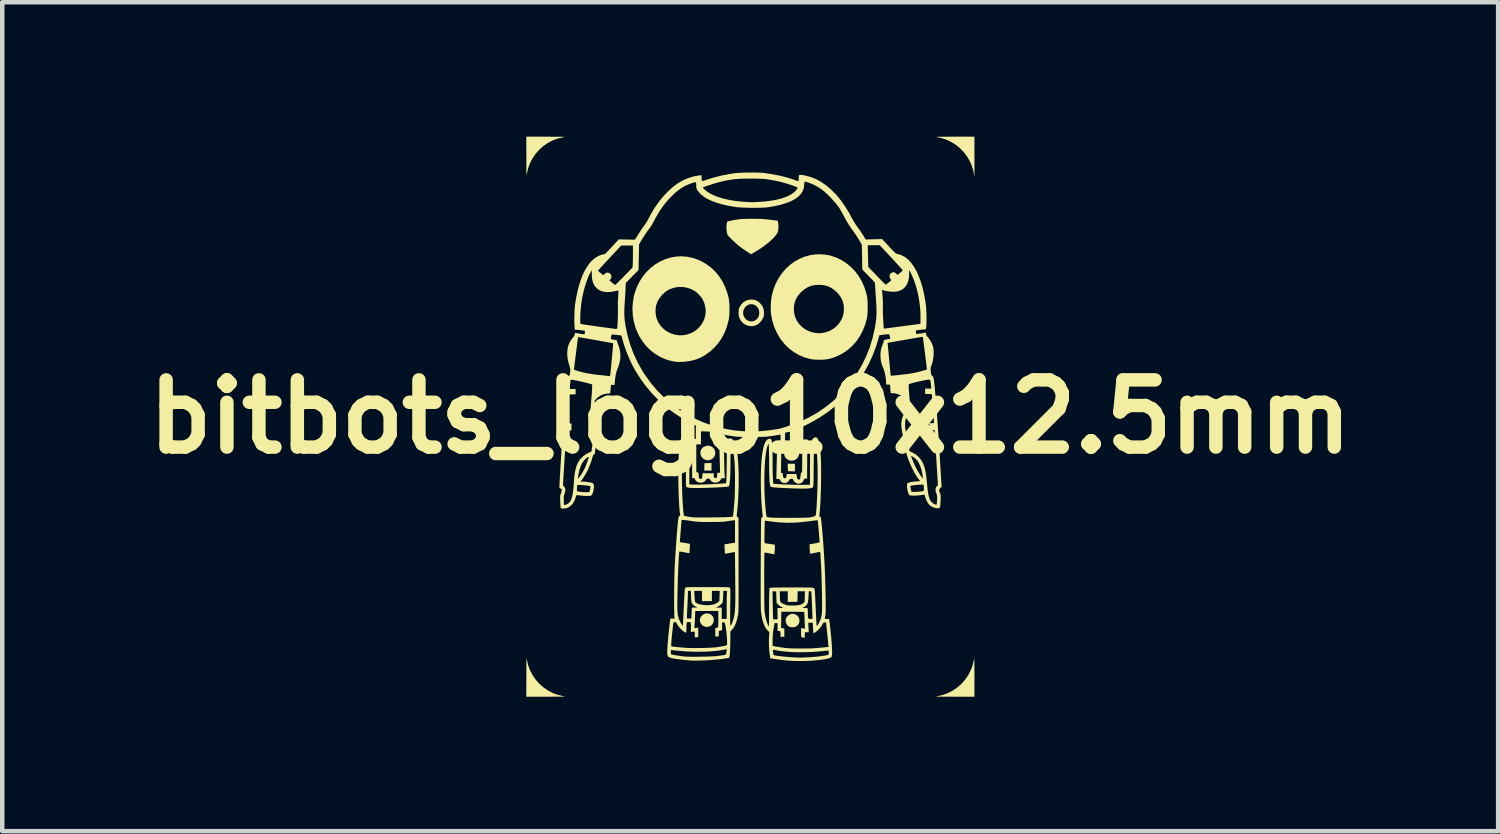
<source format=kicad_pcb>
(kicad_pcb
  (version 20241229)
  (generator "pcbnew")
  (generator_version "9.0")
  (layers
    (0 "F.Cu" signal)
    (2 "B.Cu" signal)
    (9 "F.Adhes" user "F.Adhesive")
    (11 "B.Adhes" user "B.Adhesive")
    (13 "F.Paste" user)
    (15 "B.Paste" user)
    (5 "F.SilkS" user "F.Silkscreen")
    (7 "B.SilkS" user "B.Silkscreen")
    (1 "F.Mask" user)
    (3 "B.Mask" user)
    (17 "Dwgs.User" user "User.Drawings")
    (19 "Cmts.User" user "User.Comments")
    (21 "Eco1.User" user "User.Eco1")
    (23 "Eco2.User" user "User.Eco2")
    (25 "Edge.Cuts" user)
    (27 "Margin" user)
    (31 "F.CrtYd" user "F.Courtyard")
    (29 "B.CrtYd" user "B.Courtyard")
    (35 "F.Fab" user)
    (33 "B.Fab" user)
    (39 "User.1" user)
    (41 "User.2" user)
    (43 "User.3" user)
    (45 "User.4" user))
  (footprint "bitbots_logo10x12.5mm"
    (layer "F.Cu")
    (at 13.693 6.25)
    (property "Reference" "bitbots_logo10x12.5mm" (at 0 0 0) (layer "F.SilkS") (effects (font (size 1.5 1.5) (thickness 0.3))))
    (attr board_only exclude_from_pos_files exclude_from_bom)
    (fp_poly (pts (xy -0.864 1.118) (xy -0.864 1.203) (xy -0.945 1.203) (xy -1.025 1.203) (xy -1.023 1.12) (xy -1.021 1.038) (xy -0.942 1.035) (xy -0.864 1.033)) (stroke (width 0) (type solid)) (fill yes) (layer "F.SilkS"))
    (fp_poly (pts (xy 0.999 1.135) (xy 0.999 1.22) (xy 0.93 1.219) (xy 0.896 1.218) (xy 0.868 1.217) (xy 0.851 1.215) (xy 0.849 1.214) (xy 0.843 1.205) (xy 0.84 1.182) (xy 0.839 1.145) (xy 0.838 1.13) (xy 0.838 1.05) (xy 0.919 1.05) (xy 0.999 1.05)) (stroke (width 0) (type solid)) (fill yes) (layer "F.SilkS"))
    (fp_poly (pts (xy -0.928 4.394) (xy -0.908 4.4) (xy -0.863 4.426) (xy -0.832 4.461) (xy -0.816 4.505) (xy -0.813 4.54) (xy -0.821 4.589) (xy -0.841 4.63) (xy -0.872 4.662) (xy -0.912 4.683) (xy -0.957 4.692) (xy -1.005 4.687) (xy -1.04 4.674) (xy -1.078 4.647) (xy -1.105 4.61) (xy -1.121 4.568) (xy -1.123 4.524) (xy -1.118 4.502) (xy -1.095 4.457) (xy -1.062 4.423) (xy -1.021 4.399) (xy -0.975 4.389)) (stroke (width 0) (type solid)) (fill yes) (layer "F.SilkS"))
    (fp_poly (pts (xy -0.877 0.66) (xy -0.831 0.689) (xy -0.799 0.727) (xy -0.782 0.774) (xy -0.779 0.81) (xy -0.786 0.86) (xy -0.807 0.901) (xy -0.833 0.929) (xy -0.877 0.958) (xy -0.926 0.972) (xy -0.977 0.97) (xy -1.012 0.958) (xy -1.056 0.93) (xy -1.088 0.894) (xy -1.107 0.853) (xy -1.113 0.808) (xy -1.107 0.764) (xy -1.088 0.723) (xy -1.057 0.687) (xy -1.023 0.666) (xy -0.972 0.648) (xy -0.923 0.646)) (stroke (width 0) (type solid)) (fill yes) (layer "F.SilkS"))
    (fp_poly (pts (xy 0.976 0.664) (xy 1.021 0.685) (xy 1.057 0.718) (xy 1.081 0.762) (xy 1.091 0.807) (xy 1.087 0.857) (xy 1.07 0.9) (xy 1.041 0.936) (xy 1.004 0.963) (xy 0.96 0.979) (xy 0.913 0.982) (xy 0.864 0.971) (xy 0.848 0.964) (xy 0.806 0.936) (xy 0.777 0.9) (xy 0.761 0.859) (xy 0.757 0.816) (xy 0.764 0.774) (xy 0.781 0.734) (xy 0.809 0.7) (xy 0.846 0.675) (xy 0.891 0.66) (xy 0.923 0.657)) (stroke (width 0) (type solid)) (fill yes) (layer "F.SilkS"))
    (fp_poly (pts (xy 0.968 4.4) (xy 1.02 4.419) (xy 1.059 4.448) (xy 1.079 4.475) (xy 1.097 4.521) (xy 1.1 4.567) (xy 1.088 4.612) (xy 1.062 4.652) (xy 1.023 4.684) (xy 1.015 4.689) (xy 0.987 4.697) (xy 0.951 4.7) (xy 0.913 4.698) (xy 0.881 4.691) (xy 0.876 4.689) (xy 0.839 4.664) (xy 0.812 4.628) (xy 0.795 4.584) (xy 0.791 4.537) (xy 0.792 4.524) (xy 0.806 4.485) (xy 0.832 4.45) (xy 0.868 4.422) (xy 0.909 4.404) (xy 0.951 4.398)) (stroke (width 0) (type solid)) (fill yes) (layer "F.SilkS"))
    (fp_poly (pts (xy -4.988 5.401) (xy -4.985 5.413) (xy -4.984 5.422) (xy -4.957 5.543) (xy -4.914 5.658) (xy -4.858 5.766) (xy -4.789 5.867) (xy -4.708 5.958) (xy -4.617 6.039) (xy -4.517 6.109) (xy -4.409 6.166) (xy -4.294 6.209) (xy -4.174 6.237) (xy -4.169 6.237) (xy -4.154 6.24) (xy -4.144 6.242) (xy -4.141 6.244) (xy -4.146 6.245) (xy -4.16 6.246) (xy -4.183 6.247) (xy -4.217 6.248) (xy -4.264 6.249) (xy -4.323 6.249) (xy -4.397 6.249) (xy -4.485 6.25) (xy -4.546 6.25) (xy -4.997 6.25) (xy -4.996 5.799) (xy -4.996 5.701) (xy -4.996 5.619) (xy -4.995 5.551) (xy -4.995 5.497) (xy -4.994 5.456) (xy -4.994 5.426) (xy -4.992 5.407) (xy -4.991 5.397) (xy -4.99 5.395)) (stroke (width 0) (type solid)) (fill yes) (layer "F.SilkS"))
    (fp_poly (pts (xy -4.546 -6.25) (xy -4.448 -6.249) (xy -4.365 -6.249) (xy -4.298 -6.249) (xy -4.244 -6.248) (xy -4.202 -6.248) (xy -4.172 -6.247) (xy -4.153 -6.246) (xy -4.143 -6.245) (xy -4.142 -6.243) (xy -4.147 -6.241) (xy -4.159 -6.239) (xy -4.169 -6.237) (xy -4.289 -6.21) (xy -4.405 -6.168) (xy -4.513 -6.112) (xy -4.613 -6.043) (xy -4.705 -5.962) (xy -4.786 -5.871) (xy -4.856 -5.771) (xy -4.912 -5.663) (xy -4.955 -5.548) (xy -4.983 -5.427) (xy -4.984 -5.422) (xy -4.986 -5.407) (xy -4.989 -5.398) (xy -4.99 -5.395) (xy -4.992 -5.4) (xy -4.993 -5.413) (xy -4.994 -5.437) (xy -4.995 -5.471) (xy -4.995 -5.517) (xy -4.996 -5.577) (xy -4.996 -5.65) (xy -4.996 -5.739) (xy -4.996 -5.799) (xy -4.997 -6.25)) (stroke (width 0) (type solid)) (fill yes) (layer "F.SilkS"))
    (fp_poly (pts (xy 5.005 -5.802) (xy 5.005 -5.716) (xy 5.005 -5.636) (xy 5.005 -5.563) (xy 5.005 -5.498) (xy 5.004 -5.443) (xy 5.004 -5.4) (xy 5.003 -5.37) (xy 5.003 -5.354) (xy 5.002 -5.353) (xy 5 -5.36) (xy 4.997 -5.381) (xy 4.994 -5.408) (xy 4.982 -5.478) (xy 4.96 -5.556) (xy 4.931 -5.636) (xy 4.904 -5.696) (xy 4.842 -5.805) (xy 4.767 -5.905) (xy 4.68 -5.994) (xy 4.583 -6.072) (xy 4.478 -6.136) (xy 4.365 -6.188) (xy 4.247 -6.224) (xy 4.177 -6.237) (xy 4.162 -6.24) (xy 4.153 -6.242) (xy 4.15 -6.244) (xy 4.155 -6.245) (xy 4.168 -6.246) (xy 4.192 -6.247) (xy 4.226 -6.248) (xy 4.272 -6.249) (xy 4.332 -6.249) (xy 4.405 -6.249) (xy 4.494 -6.25) (xy 4.554 -6.25) (xy 5.005 -6.25)) (stroke (width 0) (type solid)) (fill yes) (layer "F.SilkS"))
    (fp_poly (pts (xy 5 5.4) (xy 5.001 5.413) (xy 5.002 5.437) (xy 5.003 5.471) (xy 5.004 5.517) (xy 5.004 5.577) (xy 5.004 5.65) (xy 5.005 5.739) (xy 5.005 5.799) (xy 5.005 6.25) (xy 4.554 6.25) (xy 4.456 6.249) (xy 4.374 6.249) (xy 4.306 6.249) (xy 4.252 6.248) (xy 4.211 6.248) (xy 4.181 6.247) (xy 4.162 6.246) (xy 4.152 6.245) (xy 4.15 6.243) (xy 4.156 6.241) (xy 4.168 6.239) (xy 4.177 6.237) (xy 4.299 6.21) (xy 4.415 6.167) (xy 4.524 6.11) (xy 4.626 6.04) (xy 4.718 5.958) (xy 4.799 5.865) (xy 4.869 5.762) (xy 4.926 5.649) (xy 4.955 5.574) (xy 4.968 5.529) (xy 4.981 5.478) (xy 4.991 5.432) (xy 4.992 5.422) (xy 4.995 5.407) (xy 4.997 5.398) (xy 4.999 5.395)) (stroke (width 0) (type solid)) (fill yes) (layer "F.SilkS"))
    (fp_poly (pts (xy 0.126 -4.416) (xy 0.193 -4.415) (xy 0.251 -4.413) (xy 0.307 -4.41) (xy 0.363 -4.405) (xy 0.424 -4.398) (xy 0.438 -4.396) (xy 0.609 -4.376) (xy 0.62 -4.346) (xy 0.627 -4.312) (xy 0.63 -4.269) (xy 0.63 -4.22) (xy 0.626 -4.173) (xy 0.619 -4.133) (xy 0.616 -4.125) (xy 0.598 -4.086) (xy 0.566 -4.041) (xy 0.522 -3.991) (xy 0.467 -3.938) (xy 0.404 -3.883) (xy 0.333 -3.827) (xy 0.256 -3.771) (xy 0.175 -3.718) (xy 0.091 -3.667) (xy 0.079 -3.66) (xy 0.018 -3.626) (xy -0.072 -3.685) (xy -0.115 -3.714) (xy -0.162 -3.746) (xy -0.205 -3.777) (xy -0.231 -3.796) (xy -0.263 -3.821) (xy -0.299 -3.852) (xy -0.338 -3.888) (xy -0.379 -3.925) (xy -0.417 -3.962) (xy -0.451 -3.996) (xy -0.479 -4.026) (xy -0.498 -4.048) (xy -0.504 -4.057) (xy -0.514 -4.086) (xy -0.522 -4.126) (xy -0.528 -4.173) (xy -0.531 -4.221) (xy -0.53 -4.265) (xy -0.527 -4.291) (xy -0.521 -4.321) (xy -0.515 -4.344) (xy -0.51 -4.355) (xy -0.499 -4.36) (xy -0.473 -4.366) (xy -0.435 -4.374) (xy -0.39 -4.383) (xy -0.338 -4.392) (xy -0.283 -4.401) (xy -0.254 -4.405) (xy -0.212 -4.41) (xy -0.156 -4.413) (xy -0.086 -4.415) (xy -0.004 -4.417) (xy 0.047 -4.417)) (stroke (width 0) (type solid)) (fill yes) (layer "F.SilkS"))
    (fp_poly (pts (xy 0.073 -2.613) (xy 0.129 -2.598) (xy 0.18 -2.569) (xy 0.221 -2.533) (xy 0.262 -2.484) (xy 0.29 -2.432) (xy 0.304 -2.373) (xy 0.308 -2.316) (xy 0.308 -2.278) (xy 0.304 -2.25) (xy 0.296 -2.223) (xy 0.282 -2.194) (xy 0.244 -2.131) (xy 0.197 -2.082) (xy 0.143 -2.047) (xy 0.082 -2.026) (xy 0.017 -2.021) (xy -0.034 -2.027) (xy -0.1 -2.05) (xy -0.156 -2.086) (xy -0.203 -2.136) (xy -0.236 -2.193) (xy -0.247 -2.219) (xy -0.254 -2.243) (xy -0.257 -2.271) (xy -0.258 -2.309) (xy -0.258 -2.309) (xy -0.158 -2.309) (xy -0.149 -2.259) (xy -0.128 -2.215) (xy -0.098 -2.177) (xy -0.059 -2.149) (xy -0.015 -2.131) (xy 0.033 -2.126) (xy 0.083 -2.136) (xy 0.098 -2.142) (xy 0.142 -2.171) (xy 0.175 -2.211) (xy 0.196 -2.262) (xy 0.203 -2.319) (xy 0.196 -2.375) (xy 0.174 -2.425) (xy 0.141 -2.466) (xy 0.097 -2.495) (xy 0.058 -2.508) (xy 0.008 -2.511) (xy -0.04 -2.499) (xy -0.083 -2.474) (xy -0.119 -2.437) (xy -0.144 -2.389) (xy -0.153 -2.363) (xy -0.158 -2.309) (xy -0.258 -2.309) (xy -0.258 -2.321) (xy -0.258 -2.361) (xy -0.255 -2.39) (xy -0.25 -2.414) (xy -0.24 -2.437) (xy -0.235 -2.449) (xy -0.196 -2.51) (xy -0.148 -2.558) (xy -0.091 -2.592) (xy -0.025 -2.611) (xy 0.008 -2.615)) (stroke (width 0) (type solid)) (fill yes) (layer "F.SilkS"))
    (fp_poly (pts (xy -1.409 -3.57) (xy -1.283 -3.544) (xy -1.16 -3.502) (xy -1.097 -3.473) (xy -0.978 -3.405) (xy -0.87 -3.325) (xy -0.774 -3.232) (xy -0.689 -3.127) (xy -0.615 -3.011) (xy -0.555 -2.885) (xy -0.507 -2.749) (xy -0.481 -2.648) (xy -0.471 -2.583) (xy -0.464 -2.507) (xy -0.461 -2.425) (xy -0.462 -2.34) (xy -0.467 -2.26) (xy -0.475 -2.187) (xy -0.482 -2.151) (xy -0.52 -2.009) (xy -0.571 -1.877) (xy -0.634 -1.755) (xy -0.712 -1.643) (xy -0.787 -1.556) (xy -0.887 -1.461) (xy -0.994 -1.382) (xy -1.106 -1.319) (xy -1.224 -1.272) (xy -1.348 -1.241) (xy -1.478 -1.226) (xy -1.512 -1.224) (xy -1.557 -1.223) (xy -1.598 -1.223) (xy -1.632 -1.223) (xy -1.653 -1.224) (xy -1.656 -1.225) (xy -1.749 -1.242) (xy -1.832 -1.263) (xy -1.91 -1.29) (xy -1.989 -1.326) (xy -2.016 -1.339) (xy -2.127 -1.406) (xy -2.23 -1.486) (xy -2.324 -1.58) (xy -2.406 -1.685) (xy -2.478 -1.801) (xy -2.537 -1.926) (xy -2.566 -2.007) (xy -2.602 -2.141) (xy -2.622 -2.28) (xy -2.625 -2.366) (xy -2.113 -2.366) (xy -2.109 -2.295) (xy -2.097 -2.227) (xy -2.089 -2.197) (xy -2.052 -2.109) (xy -2.001 -2.03) (xy -1.936 -1.962) (xy -1.875 -1.915) (xy -1.789 -1.867) (xy -1.697 -1.834) (xy -1.602 -1.818) (xy -1.506 -1.818) (xy -1.41 -1.834) (xy -1.321 -1.865) (xy -1.239 -1.909) (xy -1.168 -1.965) (xy -1.107 -2.031) (xy -1.058 -2.105) (xy -1.022 -2.186) (xy -1 -2.273) (xy -0.993 -2.363) (xy -0.994 -2.389) (xy -1.007 -2.473) (xy -1.031 -2.555) (xy -1.067 -2.628) (xy -1.068 -2.631) (xy -1.092 -2.664) (xy -1.124 -2.702) (xy -1.16 -2.74) (xy -1.195 -2.773) (xy -1.224 -2.796) (xy -1.309 -2.844) (xy -1.4 -2.876) (xy -1.495 -2.894) (xy -1.591 -2.896) (xy -1.686 -2.882) (xy -1.778 -2.853) (xy -1.823 -2.832) (xy -1.893 -2.787) (xy -1.958 -2.728) (xy -2.015 -2.66) (xy -2.061 -2.584) (xy -2.094 -2.504) (xy -2.097 -2.494) (xy -2.109 -2.434) (xy -2.113 -2.366) (xy -2.625 -2.366) (xy -2.628 -2.422) (xy -2.618 -2.563) (xy -2.594 -2.7) (xy -2.579 -2.755) (xy -2.533 -2.886) (xy -2.474 -3.009) (xy -2.402 -3.123) (xy -2.319 -3.226) (xy -2.225 -3.318) (xy -2.122 -3.398) (xy -2.01 -3.465) (xy -1.891 -3.518) (xy -1.79 -3.549) (xy -1.663 -3.573) (xy -1.536 -3.58)) (stroke (width 0) (type solid)) (fill yes) (layer "F.SilkS"))
    (fp_poly (pts (xy 1.62 -3.622) (xy 1.702 -3.613) (xy 1.775 -3.6) (xy 1.787 -3.597) (xy 1.916 -3.554) (xy 2.036 -3.496) (xy 2.148 -3.425) (xy 2.25 -3.341) (xy 2.342 -3.245) (xy 2.422 -3.138) (xy 2.491 -3.02) (xy 2.548 -2.892) (xy 2.591 -2.755) (xy 2.606 -2.693) (xy 2.613 -2.647) (xy 2.618 -2.589) (xy 2.621 -2.522) (xy 2.622 -2.451) (xy 2.621 -2.379) (xy 2.619 -2.312) (xy 2.614 -2.252) (xy 2.607 -2.205) (xy 2.606 -2.202) (xy 2.568 -2.062) (xy 2.517 -1.93) (xy 2.453 -1.807) (xy 2.378 -1.694) (xy 2.291 -1.593) (xy 2.193 -1.503) (xy 2.085 -1.426) (xy 1.968 -1.363) (xy 1.869 -1.322) (xy 1.824 -1.308) (xy 1.774 -1.294) (xy 1.729 -1.284) (xy 1.721 -1.283) (xy 1.66 -1.275) (xy 1.588 -1.271) (xy 1.513 -1.271) (xy 1.439 -1.275) (xy 1.373 -1.282) (xy 1.342 -1.288) (xy 1.213 -1.323) (xy 1.091 -1.374) (xy 0.977 -1.44) (xy 0.871 -1.519) (xy 0.774 -1.613) (xy 0.688 -1.72) (xy 0.656 -1.766) (xy 0.587 -1.887) (xy 0.531 -2.018) (xy 0.49 -2.155) (xy 0.465 -2.292) (xy 0.46 -2.357) (xy 0.459 -2.406) (xy 0.974 -2.406) (xy 0.982 -2.31) (xy 1.005 -2.222) (xy 1.043 -2.14) (xy 1.089 -2.073) (xy 1.151 -2.007) (xy 1.223 -1.953) (xy 1.305 -1.911) (xy 1.392 -1.881) (xy 1.483 -1.866) (xy 1.575 -1.864) (xy 1.666 -1.879) (xy 1.671 -1.88) (xy 1.765 -1.912) (xy 1.85 -1.958) (xy 1.924 -2.016) (xy 1.987 -2.087) (xy 2.038 -2.169) (xy 2.038 -2.17) (xy 2.069 -2.246) (xy 2.086 -2.324) (xy 2.092 -2.406) (xy 2.085 -2.498) (xy 2.063 -2.583) (xy 2.025 -2.662) (xy 1.971 -2.736) (xy 1.936 -2.775) (xy 1.864 -2.838) (xy 1.791 -2.885) (xy 1.713 -2.918) (xy 1.629 -2.937) (xy 1.535 -2.943) (xy 1.533 -2.943) (xy 1.439 -2.937) (xy 1.354 -2.918) (xy 1.276 -2.886) (xy 1.203 -2.839) (xy 1.131 -2.776) (xy 1.13 -2.775) (xy 1.068 -2.702) (xy 1.022 -2.626) (xy 0.991 -2.544) (xy 0.976 -2.456) (xy 0.974 -2.406) (xy 0.459 -2.406) (xy 0.459 -2.432) (xy 0.461 -2.511) (xy 0.466 -2.59) (xy 0.475 -2.661) (xy 0.482 -2.703) (xy 0.519 -2.84) (xy 0.569 -2.969) (xy 0.632 -3.09) (xy 0.707 -3.2) (xy 0.792 -3.3) (xy 0.887 -3.388) (xy 0.991 -3.464) (xy 1.104 -3.526) (xy 1.224 -3.575) (xy 1.351 -3.608) (xy 1.379 -3.613) (xy 1.453 -3.622) (xy 1.535 -3.625)) (stroke (width 0) (type solid)) (fill yes) (layer "F.SilkS"))
    (fp_poly (pts (xy -1.442 0.459) (xy -1.424 0.475) (xy -1.409 0.491) (xy -1.397 0.512) (xy -1.387 0.536) (xy -1.378 0.567) (xy -1.371 0.605) (xy -1.366 0.652) (xy -1.362 0.708) (xy -1.359 0.776) (xy -1.357 0.855) (xy -1.356 0.949) (xy -1.356 1.057) (xy -1.357 1.128) (xy -1.359 1.507) (xy -1.321 1.513) (xy -1.298 1.515) (xy -1.262 1.516) (xy -1.215 1.516) (xy -1.158 1.515) (xy -1.095 1.514) (xy -1.027 1.512) (xy -0.956 1.509) (xy -0.884 1.507) (xy -0.814 1.503) (xy -0.747 1.5) (xy -0.686 1.496) (xy -0.633 1.493) (xy -0.59 1.489) (xy -0.558 1.486) (xy -0.54 1.482) (xy -0.538 1.481) (xy -0.536 1.471) (xy -0.534 1.444) (xy -0.532 1.403) (xy -0.53 1.347) (xy -0.528 1.277) (xy -0.526 1.195) (xy -0.525 1.101) (xy -0.524 1.043) (xy -0.522 0.932) (xy -0.521 0.837) (xy -0.519 0.756) (xy -0.516 0.689) (xy -0.514 0.633) (xy -0.511 0.589) (xy -0.507 0.554) (xy -0.503 0.528) (xy -0.498 0.51) (xy -0.492 0.497) (xy -0.49 0.494) (xy -0.476 0.486) (xy -0.453 0.483) (xy -0.451 0.483) (xy -0.417 0.491) (xy -0.387 0.516) (xy -0.359 0.557) (xy -0.335 0.614) (xy -0.314 0.688) (xy -0.296 0.777) (xy -0.281 0.882) (xy -0.28 0.891) (xy -0.27 1.001) (xy -0.263 1.123) (xy -0.259 1.256) (xy -0.257 1.396) (xy -0.258 1.54) (xy -0.262 1.684) (xy -0.268 1.826) (xy -0.277 1.961) (xy -0.288 2.088) (xy -0.292 2.125) (xy -0.303 2.222) (xy -0.282 2.239) (xy -0.262 2.257) (xy -0.26 3.307) (xy -0.26 3.463) (xy -0.26 3.603) (xy -0.26 3.728) (xy -0.259 3.839) (xy -0.26 3.936) (xy -0.26 4.022) (xy -0.26 4.096) (xy -0.26 4.159) (xy -0.261 4.214) (xy -0.262 4.26) (xy -0.262 4.298) (xy -0.263 4.33) (xy -0.265 4.357) (xy -0.266 4.379) (xy -0.268 4.397) (xy -0.269 4.412) (xy -0.271 4.426) (xy -0.274 4.438) (xy -0.295 4.531) (xy -0.319 4.608) (xy -0.348 4.673) (xy -0.382 4.726) (xy -0.404 4.752) (xy -0.442 4.793) (xy -0.444 5.028) (xy -0.446 5.12) (xy -0.448 5.196) (xy -0.451 5.257) (xy -0.455 5.301) (xy -0.458 5.323) (xy -0.47 5.382) (xy -0.534 5.393) (xy -0.616 5.405) (xy -0.71 5.416) (xy -0.812 5.425) (xy -0.917 5.433) (xy -1.022 5.439) (xy -1.124 5.442) (xy -1.218 5.444) (xy -1.3 5.442) (xy -1.33 5.441) (xy -1.389 5.436) (xy -1.455 5.43) (xy -1.524 5.423) (xy -1.59 5.415) (xy -1.65 5.407) (xy -1.7 5.399) (xy -1.719 5.395) (xy -1.769 5.384) (xy -1.804 5.371) (xy -1.827 5.356) (xy -1.841 5.337) (xy -1.848 5.314) (xy -1.85 5.301) (xy -1.77 5.301) (xy -1.738 5.31) (xy -1.709 5.316) (xy -1.667 5.324) (xy -1.616 5.332) (xy -1.562 5.34) (xy -1.507 5.347) (xy -1.461 5.352) (xy -1.424 5.355) (xy -1.372 5.357) (xy -1.31 5.358) (xy -1.24 5.358) (xy -1.164 5.357) (xy -1.086 5.356) (xy -1.009 5.355) (xy -0.935 5.353) (xy -0.867 5.35) (xy -0.809 5.347) (xy -0.763 5.344) (xy -0.741 5.341) (xy -0.697 5.335) (xy -0.653 5.33) (xy -0.617 5.325) (xy -0.599 5.323) (xy -0.572 5.318) (xy -0.551 5.312) (xy -0.543 5.307) (xy -0.538 5.294) (xy -0.533 5.27) (xy -0.529 5.242) (xy -0.523 5.186) (xy -0.598 5.202) (xy -0.706 5.22) (xy -0.828 5.233) (xy -0.961 5.242) (xy -1.103 5.245) (xy -1.252 5.245) (xy -1.405 5.239) (xy -1.559 5.228) (xy -1.714 5.213) (xy -1.721 5.212) (xy -1.77 5.206) (xy -1.77 5.254) (xy -1.77 5.301) (xy -1.85 5.301) (xy -1.851 5.284) (xy -1.851 5.239) (xy -1.849 5.179) (xy -1.845 5.111) (xy -1.762 5.111) (xy -1.76 5.124) (xy -1.76 5.125) (xy -1.748 5.128) (xy -1.722 5.131) (xy -1.683 5.136) (xy -1.633 5.141) (xy -1.575 5.147) (xy -1.51 5.152) (xy -1.441 5.158) (xy -1.436 5.158) (xy -1.392 5.161) (xy -1.336 5.162) (xy -1.27 5.163) (xy -1.197 5.163) (xy -1.12 5.162) (xy -1.043 5.161) (xy -0.968 5.159) (xy -0.899 5.156) (xy -0.838 5.153) (xy -0.788 5.149) (xy -0.758 5.146) (xy -0.71 5.139) (xy -0.662 5.131) (xy -0.616 5.123) (xy -0.575 5.115) (xy -0.544 5.108) (xy -0.525 5.102) (xy -0.522 5.101) (xy -0.518 5.09) (xy -0.516 5.064) (xy -0.516 5.027) (xy -0.517 4.981) (xy -0.521 4.928) (xy -0.525 4.872) (xy -0.531 4.814) (xy -0.538 4.758) (xy -0.545 4.706) (xy -0.553 4.66) (xy -0.56 4.627) (xy -0.567 4.604) (xy -0.576 4.594) (xy -0.59 4.591) (xy -0.598 4.59) (xy -0.627 4.59) (xy -0.627 4.678) (xy -0.627 4.766) (xy -0.663 4.773) (xy -0.699 4.781) (xy -0.701 4.842) (xy -0.704 4.904) (xy -0.741 4.904) (xy -0.779 4.904) (xy -0.779 4.811) (xy -0.779 4.718) (xy -0.756 4.713) (xy -0.735 4.708) (xy -0.722 4.704) (xy -0.718 4.699) (xy -0.716 4.684) (xy -0.714 4.659) (xy -0.712 4.621) (xy -0.712 4.569) (xy -0.711 4.519) (xy -0.711 4.336) (xy -0.969 4.336) (xy -1.226 4.336) (xy -1.232 4.47) (xy -1.234 4.521) (xy -1.236 4.572) (xy -1.239 4.617) (xy -1.241 4.652) (xy -1.242 4.662) (xy -1.246 4.72) (xy -1.203 4.714) (xy -1.16 4.708) (xy -1.16 4.815) (xy -1.16 4.921) (xy -1.198 4.921) (xy -1.237 4.921) (xy -1.237 4.859) (xy -1.237 4.797) (xy -1.281 4.8) (xy -1.325 4.804) (xy -1.323 4.7) (xy -1.322 4.653) (xy -1.323 4.621) (xy -1.327 4.6) (xy -1.335 4.589) (xy -1.348 4.584) (xy -1.368 4.582) (xy -1.377 4.582) (xy -1.395 4.583) (xy -1.407 4.587) (xy -1.415 4.597) (xy -1.42 4.616) (xy -1.422 4.646) (xy -1.423 4.689) (xy -1.423 4.705) (xy -1.423 4.743) (xy -1.425 4.776) (xy -1.427 4.8) (xy -1.428 4.808) (xy -1.431 4.818) (xy -1.437 4.821) (xy -1.449 4.816) (xy -1.471 4.803) (xy -1.474 4.801) (xy -1.515 4.77) (xy -1.558 4.729) (xy -1.597 4.682) (xy -1.627 4.636) (xy -1.631 4.63) (xy -1.645 4.604) (xy -1.657 4.589) (xy -1.669 4.583) (xy -1.683 4.582) (xy -1.693 4.582) (xy -1.701 4.584) (xy -1.707 4.589) (xy -1.712 4.601) (xy -1.717 4.621) (xy -1.721 4.651) (xy -1.726 4.693) (xy -1.732 4.75) (xy -1.733 4.751) (xy -1.742 4.839) (xy -1.75 4.917) (xy -1.756 4.984) (xy -1.76 5.04) (xy -1.762 5.083) (xy -1.762 5.111) (xy -1.845 5.111) (xy -1.845 5.105) (xy -1.838 5.018) (xy -1.829 4.918) (xy -1.818 4.807) (xy -1.804 4.685) (xy -1.803 4.669) (xy -1.784 4.506) (xy -1.734 4.506) (xy -1.684 4.506) (xy -1.691 4.474) (xy -1.693 4.457) (xy -1.694 4.425) (xy -1.695 4.38) (xy -1.696 4.323) (xy -1.697 4.257) (xy -1.697 4.182) (xy -1.697 4.163) (xy -1.626 4.163) (xy -1.626 4.242) (xy -1.625 4.307) (xy -1.622 4.36) (xy -1.618 4.404) (xy -1.612 4.442) (xy -1.604 4.475) (xy -1.593 4.508) (xy -1.579 4.542) (xy -1.567 4.568) (xy -1.551 4.6) (xy -1.534 4.629) (xy -1.519 4.651) (xy -1.508 4.664) (xy -1.503 4.665) (xy -1.502 4.656) (xy -1.501 4.632) (xy -1.499 4.595) (xy -1.496 4.545) (xy -1.494 4.495) (xy -1.414 4.495) (xy -1.407 4.502) (xy -1.385 4.505) (xy -1.364 4.506) (xy -1.315 4.506) (xy -1.308 4.383) (xy -1.302 4.26) (xy -0.766 4.26) (xy -0.7 4.26) (xy -0.635 4.26) (xy -0.635 4.387) (xy -0.635 4.514) (xy -0.58 4.514) (xy -0.525 4.514) (xy -0.525 4.245) (xy -0.525 4.177) (xy -0.524 4.113) (xy -0.524 4.054) (xy -0.523 4.004) (xy -0.521 3.964) (xy -0.52 3.938) (xy -0.52 3.932) (xy -0.514 3.887) (xy -0.558 3.887) (xy -0.601 3.887) (xy -0.601 3.941) (xy -0.602 3.976) (xy -0.604 4.019) (xy -0.606 4.063) (xy -0.607 4.073) (xy -0.61 4.11) (xy -0.613 4.134) (xy -0.619 4.152) (xy -0.628 4.166) (xy -0.643 4.181) (xy -0.645 4.184) (xy -0.673 4.207) (xy -0.707 4.23) (xy -0.722 4.238) (xy -0.766 4.26) (xy -1.302 4.26) (xy -1.238 4.26) (xy -1.173 4.259) (xy -1.202 4.247) (xy -1.245 4.223) (xy -1.28 4.193) (xy -1.301 4.164) (xy -1.308 4.148) (xy -1.312 4.123) (xy -1.316 4.087) (xy -1.319 4.038) (xy -1.32 4.012) (xy -1.324 3.887) (xy -1.248 3.887) (xy -1.243 4.001) (xy -1.24 4.045) (xy -1.237 4.083) (xy -1.233 4.113) (xy -1.23 4.13) (xy -1.229 4.131) (xy -1.209 4.153) (xy -1.175 4.171) (xy -1.13 4.186) (xy -1.077 4.197) (xy -1.019 4.204) (xy -0.959 4.207) (xy -0.9 4.204) (xy -0.844 4.196) (xy -0.799 4.184) (xy -0.766 4.17) (xy -0.734 4.152) (xy -0.717 4.139) (xy -0.687 4.112) (xy -0.684 4) (xy -0.68 3.887) (xy -0.768 3.887) (xy -0.855 3.887) (xy -0.855 4.002) (xy -0.855 4.116) (xy -0.966 4.116) (xy -1.076 4.116) (xy -1.076 4.002) (xy -1.076 3.887) (xy -1.162 3.887) (xy -1.248 3.887) (xy -1.324 3.887) (xy -1.356 3.887) (xy -1.389 3.887) (xy -1.389 3.936) (xy -1.39 3.957) (xy -1.391 3.993) (xy -1.393 4.039) (xy -1.395 4.095) (xy -1.398 4.157) (xy -1.401 4.223) (xy -1.402 4.235) (xy -1.405 4.298) (xy -1.408 4.357) (xy -1.41 4.408) (xy -1.412 4.449) (xy -1.413 4.478) (xy -1.414 4.494) (xy -1.414 4.495) (xy -1.494 4.495) (xy -1.493 4.485) (xy -1.49 4.416) (xy -1.486 4.34) (xy -1.483 4.258) (xy -1.482 4.247) (xy -1.478 4.15) (xy -1.474 4.069) (xy -1.47 4.001) (xy -1.467 3.947) (xy -1.464 3.904) (xy -1.461 3.872) (xy -1.459 3.848) (xy -1.456 3.832) (xy -1.453 3.822) (xy -1.45 3.818) (xy -1.447 3.814) (xy -1.441 3.812) (xy -1.431 3.81) (xy -1.417 3.808) (xy -1.396 3.806) (xy -1.368 3.805) (xy -1.331 3.804) (xy -1.284 3.804) (xy -1.226 3.803) (xy -1.154 3.803) (xy -1.069 3.803) (xy -0.968 3.803) (xy -0.953 3.803) (xy -0.85 3.803) (xy -0.763 3.803) (xy -0.69 3.803) (xy -0.63 3.803) (xy -0.581 3.804) (xy -0.543 3.805) (xy -0.514 3.806) (xy -0.493 3.807) (xy -0.477 3.809) (xy -0.467 3.811) (xy -0.46 3.814) (xy -0.456 3.817) (xy -0.454 3.819) (xy -0.45 3.824) (xy -0.448 3.831) (xy -0.445 3.841) (xy -0.444 3.857) (xy -0.443 3.879) (xy -0.442 3.909) (xy -0.442 3.949) (xy -0.442 4) (xy -0.443 4.063) (xy -0.444 4.141) (xy -0.445 4.232) (xy -0.446 4.339) (xy -0.447 4.431) (xy -0.447 4.508) (xy -0.447 4.568) (xy -0.446 4.612) (xy -0.444 4.64) (xy -0.442 4.65) (xy -0.437 4.66) (xy -0.432 4.662) (xy -0.425 4.652) (xy -0.414 4.629) (xy -0.411 4.623) (xy -0.399 4.592) (xy -0.385 4.552) (xy -0.373 4.51) (xy -0.368 4.494) (xy -0.361 4.461) (xy -0.354 4.428) (xy -0.348 4.393) (xy -0.344 4.353) (xy -0.34 4.31) (xy -0.337 4.26) (xy -0.334 4.202) (xy -0.333 4.136) (xy -0.332 4.06) (xy -0.331 3.972) (xy -0.332 3.872) (xy -0.333 3.757) (xy -0.334 3.628) (xy -0.334 3.591) (xy -0.341 3.019) (xy -0.45 3.039) (xy -0.491 3.047) (xy -0.525 3.053) (xy -0.55 3.056) (xy -0.562 3.057) (xy -0.562 3.057) (xy -0.564 3.047) (xy -0.566 3.025) (xy -0.568 2.992) (xy -0.57 2.952) (xy -0.57 2.951) (xy -0.575 2.849) (xy -0.51 2.839) (xy -0.469 2.832) (xy -0.425 2.825) (xy -0.392 2.819) (xy -0.339 2.81) (xy -0.339 2.56) (xy -0.339 2.31) (xy -0.387 2.315) (xy -0.417 2.318) (xy -0.457 2.324) (xy -0.501 2.331) (xy -0.525 2.335) (xy -0.554 2.339) (xy -0.586 2.343) (xy -0.621 2.345) (xy -0.663 2.347) (xy -0.714 2.349) (xy -0.777 2.349) (xy -0.853 2.35) (xy -0.889 2.35) (xy -0.969 2.35) (xy -1.034 2.35) (xy -1.087 2.349) (xy -1.132 2.347) (xy -1.17 2.345) (xy -1.204 2.342) (xy -1.237 2.338) (xy -1.272 2.333) (xy -1.283 2.332) (xy -1.333 2.324) (xy -1.383 2.317) (xy -1.428 2.311) (xy -1.463 2.308) (xy -1.466 2.307) (xy -1.53 2.302) (xy -1.545 2.47) (xy -1.55 2.528) (xy -1.554 2.587) (xy -1.559 2.642) (xy -1.562 2.688) (xy -1.564 2.719) (xy -1.569 2.8) (xy -1.498 2.811) (xy -1.459 2.817) (xy -1.42 2.824) (xy -1.389 2.83) (xy -1.386 2.83) (xy -1.344 2.839) (xy -1.349 2.941) (xy -1.352 2.981) (xy -1.354 3.013) (xy -1.356 3.036) (xy -1.358 3.046) (xy -1.358 3.046) (xy -1.367 3.045) (xy -1.389 3.042) (xy -1.422 3.036) (xy -1.461 3.029) (xy -1.469 3.027) (xy -1.509 3.019) (xy -1.544 3.013) (xy -1.569 3.01) (xy -1.581 3.009) (xy -1.581 3.01) (xy -1.584 3.02) (xy -1.587 3.047) (xy -1.59 3.086) (xy -1.594 3.138) (xy -1.597 3.201) (xy -1.601 3.272) (xy -1.604 3.351) (xy -1.608 3.435) (xy -1.611 3.524) (xy -1.615 3.615) (xy -1.617 3.707) (xy -1.62 3.798) (xy -1.622 3.887) (xy -1.624 3.972) (xy -1.625 4.052) (xy -1.626 4.125) (xy -1.626 4.163) (xy -1.697 4.163) (xy -1.698 4.102) (xy -1.697 4.017) (xy -1.697 3.93) (xy -1.696 3.842) (xy -1.695 3.756) (xy -1.694 3.672) (xy -1.693 3.593) (xy -1.691 3.521) (xy -1.69 3.457) (xy -1.688 3.403) (xy -1.687 3.384) (xy -1.679 3.244) (xy -1.67 3.095) (xy -1.66 2.943) (xy -1.65 2.792) (xy -1.639 2.647) (xy -1.628 2.511) (xy -1.623 2.457) (xy -1.617 2.388) (xy -1.612 2.334) (xy -1.607 2.293) (xy -1.603 2.262) (xy -1.598 2.241) (xy -1.592 2.227) (xy -1.585 2.218) (xy -1.576 2.213) (xy -1.567 2.209) (xy -1.564 2.2) (xy -1.565 2.179) (xy -1.567 2.16) (xy -1.574 2.11) (xy -1.58 2.045) (xy -1.585 1.968) (xy -1.59 1.881) (xy -1.594 1.785) (xy -1.598 1.684) (xy -1.601 1.579) (xy -1.603 1.473) (xy -1.604 1.368) (xy -1.605 1.266) (xy -1.605 1.238) (xy -1.524 1.238) (xy -1.524 1.357) (xy -1.523 1.479) (xy -1.52 1.599) (xy -1.517 1.717) (xy -1.512 1.829) (xy -1.506 1.934) (xy -1.499 2.03) (xy -1.492 2.114) (xy -1.49 2.127) (xy -1.48 2.21) (xy -1.42 2.224) (xy -1.379 2.232) (xy -1.332 2.24) (xy -1.292 2.245) (xy -1.266 2.246) (xy -1.227 2.248) (xy -1.176 2.248) (xy -1.115 2.249) (xy -1.046 2.249) (xy -0.973 2.249) (xy -0.896 2.248) (xy -0.818 2.247) (xy -0.742 2.246) (xy -0.669 2.245) (xy -0.603 2.244) (xy -0.544 2.242) (xy -0.495 2.24) (xy -0.459 2.239) (xy -0.438 2.237) (xy -0.438 2.237) (xy -0.411 2.232) (xy -0.392 2.228) (xy -0.385 2.226) (xy -0.383 2.216) (xy -0.38 2.192) (xy -0.376 2.157) (xy -0.371 2.112) (xy -0.366 2.061) (xy -0.361 2.006) (xy -0.357 1.951) (xy -0.352 1.896) (xy -0.349 1.846) (xy -0.347 1.821) (xy -0.344 1.761) (xy -0.342 1.689) (xy -0.341 1.608) (xy -0.34 1.521) (xy -0.339 1.431) (xy -0.339 1.342) (xy -0.34 1.256) (xy -0.342 1.177) (xy -0.344 1.108) (xy -0.346 1.051) (xy -0.347 1.038) (xy -0.358 0.918) (xy -0.371 0.814) (xy -0.386 0.727) (xy -0.403 0.655) (xy -0.417 0.614) (xy -0.427 0.589) (xy -0.433 0.614) (xy -0.434 0.628) (xy -0.435 0.657) (xy -0.437 0.699) (xy -0.438 0.751) (xy -0.438 0.813) (xy -0.439 0.881) (xy -0.44 0.954) (xy -0.44 0.961) (xy -0.44 1.085) (xy -0.442 1.193) (xy -0.444 1.285) (xy -0.448 1.363) (xy -0.452 1.426) (xy -0.457 1.476) (xy -0.463 1.514) (xy -0.47 1.54) (xy -0.478 1.555) (xy -0.482 1.558) (xy -0.496 1.561) (xy -0.524 1.564) (xy -0.565 1.568) (xy -0.616 1.572) (xy -0.676 1.575) (xy -0.742 1.579) (xy -0.812 1.582) (xy -0.884 1.585) (xy -0.956 1.588) (xy -1.025 1.589) (xy -1.09 1.591) (xy -1.148 1.591) (xy -1.17 1.591) (xy -1.237 1.591) (xy -1.289 1.59) (xy -1.329 1.589) (xy -1.359 1.586) (xy -1.381 1.583) (xy -1.398 1.579) (xy -1.411 1.574) (xy -1.419 1.57) (xy -1.422 1.567) (xy -1.426 1.563) (xy -1.428 1.556) (xy -1.43 1.545) (xy -1.432 1.529) (xy -1.433 1.505) (xy -1.434 1.473) (xy -1.435 1.432) (xy -1.435 1.379) (xy -1.435 1.314) (xy -1.436 1.235) (xy -1.436 1.14) (xy -1.436 1.125) (xy -1.436 1.015) (xy -1.436 0.921) (xy -1.437 0.841) (xy -1.438 0.774) (xy -1.44 0.718) (xy -1.443 0.673) (xy -1.446 0.637) (xy -1.45 0.609) (xy -1.454 0.587) (xy -1.46 0.57) (xy -1.465 0.56) (xy -1.471 0.558) (xy -1.478 0.572) (xy -1.486 0.601) (xy -1.494 0.645) (xy -1.498 0.673) (xy -1.506 0.738) (xy -1.512 0.817) (xy -1.517 0.909) (xy -1.52 1.011) (xy -1.523 1.122) (xy -1.524 1.238) (xy -1.605 1.238) (xy -1.604 1.169) (xy -1.602 1.079) (xy -1.601 1.036) (xy -1.597 0.934) (xy -1.593 0.848) (xy -1.588 0.774) (xy -1.582 0.711) (xy -1.576 0.656) (xy -1.569 0.608) (xy -1.562 0.573) (xy -1.556 0.544) (xy -1.552 0.522) (xy -1.55 0.512) (xy -1.55 0.512) (xy -1.545 0.504) (xy -1.532 0.488) (xy -1.524 0.479) (xy -1.496 0.455) (xy -1.47 0.449)) (stroke (width 0) (type solid)) (fill yes) (layer "F.SilkS"))
    (fp_poly (pts (xy 1.49 0.472) (xy 1.508 0.491) (xy 1.52 0.516) (xy 1.532 0.555) (xy 1.544 0.607) (xy 1.554 0.668) (xy 1.563 0.736) (xy 1.567 0.766) (xy 1.572 0.836) (xy 1.577 0.92) (xy 1.58 1.016) (xy 1.582 1.121) (xy 1.583 1.234) (xy 1.582 1.351) (xy 1.581 1.471) (xy 1.579 1.591) (xy 1.575 1.709) (xy 1.571 1.822) (xy 1.566 1.928) (xy 1.56 2.024) (xy 1.553 2.108) (xy 1.546 2.179) (xy 1.545 2.184) (xy 1.542 2.21) (xy 1.544 2.223) (xy 1.551 2.227) (xy 1.552 2.227) (xy 1.568 2.233) (xy 1.574 2.238) (xy 1.577 2.25) (xy 1.581 2.277) (xy 1.586 2.317) (xy 1.592 2.37) (xy 1.598 2.434) (xy 1.605 2.506) (xy 1.612 2.586) (xy 1.619 2.671) (xy 1.626 2.761) (xy 1.633 2.853) (xy 1.639 2.946) (xy 1.645 3.039) (xy 1.651 3.129) (xy 1.651 3.138) (xy 1.657 3.245) (xy 1.663 3.355) (xy 1.667 3.467) (xy 1.672 3.581) (xy 1.675 3.693) (xy 1.679 3.803) (xy 1.681 3.909) (xy 1.683 4.01) (xy 1.685 4.104) (xy 1.685 4.19) (xy 1.685 4.266) (xy 1.684 4.331) (xy 1.683 4.383) (xy 1.68 4.42) (xy 1.678 4.438) (xy 1.672 4.467) (xy 1.666 4.491) (xy 1.663 4.502) (xy 1.664 4.509) (xy 1.675 4.513) (xy 1.699 4.514) (xy 1.709 4.514) (xy 1.76 4.514) (xy 1.765 4.546) (xy 1.773 4.599) (xy 1.781 4.663) (xy 1.789 4.735) (xy 1.797 4.812) (xy 1.805 4.892) (xy 1.812 4.972) (xy 1.818 5.049) (xy 1.823 5.12) (xy 1.826 5.183) (xy 1.828 5.234) (xy 1.828 5.273) (xy 1.828 5.276) (xy 1.826 5.314) (xy 1.823 5.339) (xy 1.819 5.355) (xy 1.811 5.365) (xy 1.807 5.369) (xy 1.78 5.384) (xy 1.739 5.397) (xy 1.684 5.409) (xy 1.618 5.42) (xy 1.543 5.43) (xy 1.46 5.438) (xy 1.371 5.445) (xy 1.278 5.45) (xy 1.183 5.452) (xy 1.087 5.453) (xy 0.994 5.451) (xy 0.904 5.447) (xy 0.868 5.445) (xy 0.798 5.439) (xy 0.728 5.432) (xy 0.653 5.422) (xy 0.568 5.41) (xy 0.541 5.406) (xy 0.45 5.393) (xy 0.441 5.341) (xy 0.431 5.275) (xy 0.426 5.214) (xy 0.506 5.214) (xy 0.507 5.233) (xy 0.51 5.257) (xy 0.514 5.286) (xy 0.519 5.309) (xy 0.523 5.319) (xy 0.535 5.324) (xy 0.562 5.33) (xy 0.601 5.336) (xy 0.65 5.342) (xy 0.705 5.349) (xy 0.765 5.355) (xy 0.827 5.361) (xy 0.888 5.366) (xy 0.946 5.37) (xy 0.999 5.372) (xy 1.004 5.372) (xy 1.041 5.374) (xy 1.077 5.375) (xy 1.103 5.376) (xy 1.105 5.376) (xy 1.124 5.376) (xy 1.157 5.376) (xy 1.2 5.374) (xy 1.25 5.372) (xy 1.303 5.369) (xy 1.304 5.369) (xy 1.372 5.365) (xy 1.442 5.359) (xy 1.511 5.353) (xy 1.575 5.345) (xy 1.633 5.337) (xy 1.681 5.329) (xy 1.716 5.321) (xy 1.727 5.318) (xy 1.742 5.311) (xy 1.75 5.303) (xy 1.753 5.286) (xy 1.753 5.263) (xy 1.752 5.238) (xy 1.749 5.221) (xy 1.747 5.217) (xy 1.736 5.218) (xy 1.713 5.221) (xy 1.679 5.225) (xy 1.638 5.229) (xy 1.634 5.23) (xy 1.495 5.243) (xy 1.353 5.252) (xy 1.212 5.256) (xy 1.074 5.257) (xy 0.941 5.253) (xy 0.817 5.245) (xy 0.703 5.233) (xy 0.603 5.217) (xy 0.586 5.213) (xy 0.548 5.205) (xy 0.524 5.202) (xy 0.511 5.204) (xy 0.506 5.214) (xy 0.426 5.214) (xy 0.424 5.198) (xy 0.419 5.116) (xy 0.419 5.114) (xy 0.5 5.114) (xy 0.543 5.124) (xy 0.6 5.134) (xy 0.666 5.146) (xy 0.735 5.155) (xy 0.799 5.163) (xy 0.819 5.165) (xy 0.858 5.168) (xy 0.911 5.17) (xy 0.975 5.172) (xy 1.045 5.173) (xy 1.12 5.173) (xy 1.195 5.173) (xy 1.267 5.172) (xy 1.333 5.171) (xy 1.39 5.169) (xy 1.431 5.167) (xy 1.486 5.162) (xy 1.548 5.157) (xy 1.609 5.152) (xy 1.642 5.149) (xy 1.747 5.139) (xy 1.741 5.061) (xy 1.738 5.029) (xy 1.734 4.984) (xy 1.729 4.93) (xy 1.722 4.871) (xy 1.716 4.81) (xy 1.715 4.798) (xy 1.709 4.743) (xy 1.703 4.694) (xy 1.699 4.652) (xy 1.696 4.622) (xy 1.694 4.604) (xy 1.694 4.601) (xy 1.686 4.593) (xy 1.666 4.59) (xy 1.665 4.59) (xy 1.648 4.592) (xy 1.636 4.598) (xy 1.625 4.613) (xy 1.61 4.639) (xy 1.61 4.639) (xy 1.562 4.712) (xy 1.503 4.773) (xy 1.465 4.803) (xy 1.44 4.819) (xy 1.421 4.831) (xy 1.412 4.836) (xy 1.412 4.836) (xy 1.41 4.828) (xy 1.408 4.806) (xy 1.405 4.774) (xy 1.403 4.733) (xy 1.402 4.718) (xy 1.396 4.599) (xy 1.345 4.599) (xy 1.295 4.599) (xy 1.301 4.705) (xy 1.307 4.811) (xy 1.263 4.811) (xy 1.22 4.811) (xy 1.22 4.87) (xy 1.22 4.929) (xy 1.182 4.929) (xy 1.164 4.928) (xy 1.151 4.924) (xy 1.143 4.915) (xy 1.138 4.897) (xy 1.136 4.868) (xy 1.135 4.825) (xy 1.135 4.806) (xy 1.135 4.72) (xy 1.178 4.724) (xy 1.221 4.728) (xy 1.215 4.547) (xy 1.213 4.493) (xy 1.211 4.445) (xy 1.209 4.406) (xy 1.207 4.377) (xy 1.206 4.361) (xy 1.205 4.36) (xy 1.196 4.358) (xy 1.172 4.357) (xy 1.136 4.355) (xy 1.089 4.354) (xy 1.033 4.354) (xy 0.971 4.353) (xy 0.948 4.353) (xy 0.694 4.353) (xy 0.694 4.432) (xy 0.693 4.474) (xy 0.692 4.526) (xy 0.692 4.579) (xy 0.691 4.612) (xy 0.69 4.713) (xy 0.726 4.721) (xy 0.762 4.728) (xy 0.762 4.82) (xy 0.762 4.912) (xy 0.72 4.912) (xy 0.678 4.912) (xy 0.678 4.853) (xy 0.676 4.816) (xy 0.672 4.795) (xy 0.667 4.79) (xy 0.651 4.786) (xy 0.633 4.782) (xy 0.61 4.776) (xy 0.61 4.692) (xy 0.61 4.607) (xy 0.577 4.607) (xy 0.545 4.607) (xy 0.531 4.682) (xy 0.517 4.76) (xy 0.508 4.83) (xy 0.502 4.899) (xy 0.5 4.973) (xy 0.5 4.998) (xy 0.5 5.114) (xy 0.419 5.114) (xy 0.417 5.034) (xy 0.418 4.958) (xy 0.42 4.921) (xy 0.428 4.807) (xy 0.391 4.773) (xy 0.356 4.731) (xy 0.323 4.675) (xy 0.295 4.605) (xy 0.271 4.525) (xy 0.253 4.437) (xy 0.24 4.342) (xy 0.239 4.324) (xy 0.238 4.302) (xy 0.237 4.265) (xy 0.236 4.215) (xy 0.235 4.153) (xy 0.235 4.08) (xy 0.235 3.997) (xy 0.234 3.906) (xy 0.234 3.807) (xy 0.234 3.703) (xy 0.234 3.668) (xy 0.313 3.668) (xy 0.313 3.792) (xy 0.314 3.9) (xy 0.314 3.994) (xy 0.314 4.074) (xy 0.315 4.143) (xy 0.316 4.2) (xy 0.317 4.249) (xy 0.318 4.289) (xy 0.32 4.322) (xy 0.322 4.35) (xy 0.324 4.373) (xy 0.326 4.393) (xy 0.327 4.395) (xy 0.344 4.489) (xy 0.366 4.57) (xy 0.392 4.635) (xy 0.397 4.646) (xy 0.419 4.688) (xy 0.421 4.26) (xy 0.422 4.164) (xy 0.422 4.082) (xy 0.423 4.015) (xy 0.424 3.961) (xy 0.425 3.918) (xy 0.426 3.895) (xy 0.5 3.895) (xy 0.5 3.979) (xy 0.5 4.011) (xy 0.501 4.056) (xy 0.501 4.111) (xy 0.503 4.174) (xy 0.504 4.239) (xy 0.505 4.293) (xy 0.511 4.523) (xy 0.56 4.523) (xy 0.61 4.523) (xy 0.61 4.396) (xy 0.61 4.269) (xy 0.675 4.269) (xy 0.74 4.269) (xy 0.734 4.266) (xy 1.166 4.266) (xy 1.174 4.268) (xy 1.196 4.268) (xy 1.217 4.268) (xy 1.25 4.269) (xy 1.27 4.273) (xy 1.28 4.279) (xy 1.282 4.282) (xy 1.284 4.296) (xy 1.286 4.322) (xy 1.287 4.357) (xy 1.287 4.386) (xy 1.288 4.435) (xy 1.289 4.47) (xy 1.293 4.492) (xy 1.3 4.506) (xy 1.311 4.512) (xy 1.328 4.514) (xy 1.343 4.514) (xy 1.389 4.514) (xy 1.389 4.466) (xy 1.389 4.439) (xy 1.387 4.399) (xy 1.386 4.348) (xy 1.383 4.29) (xy 1.381 4.227) (xy 1.378 4.164) (xy 1.375 4.103) (xy 1.372 4.048) (xy 1.37 4.001) (xy 1.368 3.966) (xy 1.367 3.957) (xy 1.362 3.896) (xy 1.335 3.896) (xy 1.307 3.896) (xy 1.302 4.015) (xy 1.297 4.08) (xy 1.29 4.131) (xy 1.279 4.17) (xy 1.263 4.2) (xy 1.241 4.224) (xy 1.211 4.243) (xy 1.184 4.256) (xy 1.17 4.262) (xy 1.166 4.266) (xy 0.734 4.266) (xy 0.698 4.248) (xy 0.666 4.228) (xy 0.635 4.204) (xy 0.622 4.192) (xy 0.589 4.158) (xy 0.584 4.029) (xy 0.58 3.9) (xy 0.54 3.898) (xy 0.514 3.896) (xy 0.659 3.896) (xy 0.662 4.01) (xy 0.664 4.057) (xy 0.666 4.091) (xy 0.669 4.114) (xy 0.674 4.129) (xy 0.68 4.139) (xy 0.681 4.141) (xy 0.705 4.16) (xy 0.741 4.179) (xy 0.784 4.196) (xy 0.822 4.207) (xy 0.858 4.212) (xy 0.906 4.215) (xy 0.96 4.214) (xy 1.014 4.212) (xy 1.064 4.207) (xy 1.105 4.2) (xy 1.116 4.197) (xy 1.148 4.184) (xy 1.177 4.167) (xy 1.188 4.159) (xy 1.215 4.135) (xy 1.218 4.015) (xy 1.221 3.896) (xy 1.14 3.896) (xy 1.059 3.896) (xy 1.057 4.012) (xy 1.054 4.129) (xy 0.946 4.131) (xy 0.838 4.134) (xy 0.838 4.015) (xy 0.838 3.896) (xy 0.749 3.896) (xy 0.659 3.896) (xy 0.514 3.896) (xy 0.5 3.895) (xy 0.426 3.895) (xy 0.426 3.886) (xy 0.427 3.861) (xy 0.429 3.844) (xy 0.431 3.833) (xy 0.434 3.826) (xy 0.437 3.822) (xy 0.438 3.822) (xy 0.445 3.819) (xy 0.46 3.817) (xy 0.483 3.816) (xy 0.517 3.814) (xy 0.561 3.813) (xy 0.618 3.812) (xy 0.687 3.812) (xy 0.771 3.811) (xy 0.87 3.811) (xy 0.928 3.811) (xy 1.03 3.811) (xy 1.117 3.811) (xy 1.189 3.812) (xy 1.248 3.812) (xy 1.296 3.813) (xy 1.334 3.813) (xy 1.363 3.815) (xy 1.384 3.816) (xy 1.399 3.818) (xy 1.41 3.82) (xy 1.417 3.823) (xy 1.422 3.826) (xy 1.423 3.827) (xy 1.428 3.831) (xy 1.431 3.836) (xy 1.435 3.843) (xy 1.437 3.854) (xy 1.44 3.871) (xy 1.442 3.894) (xy 1.445 3.926) (xy 1.447 3.968) (xy 1.45 4.021) (xy 1.453 4.086) (xy 1.457 4.166) (xy 1.461 4.254) (xy 1.464 4.336) (xy 1.468 4.413) (xy 1.472 4.483) (xy 1.475 4.544) (xy 1.478 4.595) (xy 1.481 4.635) (xy 1.483 4.661) (xy 1.484 4.672) (xy 1.484 4.672) (xy 1.492 4.669) (xy 1.504 4.653) (xy 1.52 4.628) (xy 1.537 4.596) (xy 1.555 4.56) (xy 1.568 4.527) (xy 1.582 4.486) (xy 1.592 4.446) (xy 1.598 4.399) (xy 1.601 4.366) (xy 1.603 4.336) (xy 1.604 4.292) (xy 1.604 4.235) (xy 1.604 4.167) (xy 1.603 4.09) (xy 1.602 4.008) (xy 1.601 3.92) (xy 1.599 3.831) (xy 1.597 3.741) (xy 1.595 3.653) (xy 1.592 3.569) (xy 1.59 3.492) (xy 1.587 3.422) (xy 1.584 3.367) (xy 1.579 3.28) (xy 1.575 3.208) (xy 1.572 3.15) (xy 1.569 3.105) (xy 1.567 3.071) (xy 1.565 3.047) (xy 1.563 3.03) (xy 1.562 3.021) (xy 1.561 3.016) (xy 1.559 3.015) (xy 1.55 3.017) (xy 1.526 3.021) (xy 1.493 3.028) (xy 1.453 3.036) (xy 1.446 3.038) (xy 1.406 3.046) (xy 1.372 3.052) (xy 1.347 3.056) (xy 1.336 3.057) (xy 1.335 3.057) (xy 1.334 3.047) (xy 1.332 3.025) (xy 1.33 2.992) (xy 1.328 2.952) (xy 1.328 2.95) (xy 1.324 2.848) (xy 1.437 2.828) (xy 1.478 2.821) (xy 1.513 2.814) (xy 1.537 2.808) (xy 1.549 2.803) (xy 1.55 2.803) (xy 1.549 2.79) (xy 1.547 2.763) (xy 1.544 2.725) (xy 1.54 2.678) (xy 1.536 2.626) (xy 1.532 2.571) (xy 1.527 2.517) (xy 1.522 2.465) (xy 1.518 2.42) (xy 1.515 2.382) (xy 1.512 2.357) (xy 1.511 2.347) (xy 1.506 2.31) (xy 1.45 2.316) (xy 1.419 2.32) (xy 1.377 2.325) (xy 1.33 2.331) (xy 1.281 2.338) (xy 1.279 2.338) (xy 1.072 2.36) (xy 0.863 2.368) (xy 0.654 2.36) (xy 0.45 2.337) (xy 0.449 2.336) (xy 0.406 2.33) (xy 0.37 2.325) (xy 0.343 2.322) (xy 0.328 2.321) (xy 0.327 2.322) (xy 0.326 2.331) (xy 0.325 2.354) (xy 0.324 2.391) (xy 0.323 2.438) (xy 0.321 2.493) (xy 0.32 2.555) (xy 0.32 2.572) (xy 0.319 2.643) (xy 0.318 2.699) (xy 0.318 2.742) (xy 0.318 2.773) (xy 0.319 2.795) (xy 0.321 2.809) (xy 0.324 2.817) (xy 0.328 2.821) (xy 0.332 2.823) (xy 0.334 2.823) (xy 0.349 2.826) (xy 0.377 2.831) (xy 0.413 2.836) (xy 0.451 2.842) (xy 0.551 2.857) (xy 0.551 2.914) (xy 0.55 2.954) (xy 0.547 2.996) (xy 0.545 3.021) (xy 0.54 3.071) (xy 0.441 3.052) (xy 0.401 3.044) (xy 0.367 3.038) (xy 0.341 3.034) (xy 0.328 3.032) (xy 0.325 3.033) (xy 0.323 3.036) (xy 0.321 3.042) (xy 0.319 3.053) (xy 0.318 3.069) (xy 0.317 3.092) (xy 0.316 3.123) (xy 0.315 3.162) (xy 0.314 3.212) (xy 0.314 3.273) (xy 0.314 3.346) (xy 0.313 3.433) (xy 0.313 3.534) (xy 0.313 3.651) (xy 0.313 3.668) (xy 0.234 3.668) (xy 0.234 3.594) (xy 0.235 3.481) (xy 0.235 3.367) (xy 0.235 3.252) (xy 0.236 3.137) (xy 0.236 3.024) (xy 0.237 2.914) (xy 0.238 2.808) (xy 0.239 2.708) (xy 0.239 2.615) (xy 0.24 2.53) (xy 0.241 2.454) (xy 0.242 2.389) (xy 0.243 2.335) (xy 0.245 2.295) (xy 0.246 2.269) (xy 0.247 2.259) (xy 0.259 2.247) (xy 0.267 2.244) (xy 0.273 2.244) (xy 0.276 2.24) (xy 0.278 2.232) (xy 0.278 2.216) (xy 0.277 2.19) (xy 0.273 2.152) (xy 0.267 2.1) (xy 0.267 2.095) (xy 0.254 1.949) (xy 0.245 1.788) (xy 0.239 1.613) (xy 0.237 1.463) (xy 0.316 1.463) (xy 0.317 1.59) (xy 0.321 1.719) (xy 0.327 1.847) (xy 0.336 1.973) (xy 0.343 2.058) (xy 0.349 2.117) (xy 0.354 2.161) (xy 0.358 2.193) (xy 0.362 2.214) (xy 0.366 2.228) (xy 0.372 2.236) (xy 0.378 2.24) (xy 0.38 2.241) (xy 0.4 2.245) (xy 0.438 2.249) (xy 0.492 2.253) (xy 0.563 2.255) (xy 0.649 2.257) (xy 0.752 2.258) (xy 0.871 2.258) (xy 0.953 2.257) (xy 1.042 2.257) (xy 1.116 2.256) (xy 1.177 2.255) (xy 1.226 2.254) (xy 1.266 2.253) (xy 1.297 2.251) (xy 1.322 2.249) (xy 1.343 2.247) (xy 1.361 2.243) (xy 1.379 2.239) (xy 1.384 2.238) (xy 1.416 2.229) (xy 1.441 2.219) (xy 1.456 2.212) (xy 1.457 2.21) (xy 1.462 2.193) (xy 1.468 2.16) (xy 1.473 2.111) (xy 1.479 2.047) (xy 1.484 1.97) (xy 1.489 1.879) (xy 1.494 1.776) (xy 1.498 1.661) (xy 1.5 1.609) (xy 1.503 1.485) (xy 1.505 1.362) (xy 1.505 1.242) (xy 1.503 1.125) (xy 1.5 1.015) (xy 1.496 0.912) (xy 1.49 0.819) (xy 1.483 0.737) (xy 1.475 0.668) (xy 1.466 0.614) (xy 1.464 0.608) (xy 1.458 0.584) (xy 1.451 0.57) (xy 1.448 0.567) (xy 1.442 0.57) (xy 1.438 0.578) (xy 1.433 0.593) (xy 1.43 0.616) (xy 1.427 0.648) (xy 1.424 0.69) (xy 1.422 0.743) (xy 1.421 0.809) (xy 1.419 0.888) (xy 1.418 0.982) (xy 1.417 1.091) (xy 1.417 1.105) (xy 1.416 1.205) (xy 1.416 1.29) (xy 1.415 1.36) (xy 1.414 1.417) (xy 1.413 1.463) (xy 1.412 1.499) (xy 1.411 1.526) (xy 1.409 1.546) (xy 1.407 1.559) (xy 1.404 1.569) (xy 1.401 1.574) (xy 1.398 1.578) (xy 1.38 1.588) (xy 1.348 1.596) (xy 1.3 1.601) (xy 1.238 1.604) (xy 1.159 1.605) (xy 1.065 1.603) (xy 0.978 1.601) (xy 0.866 1.596) (xy 0.77 1.592) (xy 0.688 1.588) (xy 0.621 1.584) (xy 0.566 1.58) (xy 0.524 1.576) (xy 0.492 1.572) (xy 0.471 1.567) (xy 0.459 1.562) (xy 0.456 1.56) (xy 0.448 1.547) (xy 0.442 1.524) (xy 0.437 1.489) (xy 0.432 1.442) (xy 0.429 1.383) (xy 0.426 1.31) (xy 0.424 1.222) (xy 0.423 1.118) (xy 0.422 1.048) (xy 0.422 0.972) (xy 0.421 0.9) (xy 0.42 0.832) (xy 0.419 0.772) (xy 0.418 0.722) (xy 0.417 0.684) (xy 0.416 0.661) (xy 0.416 0.661) (xy 0.41 0.597) (xy 0.395 0.63) (xy 0.379 0.676) (xy 0.364 0.737) (xy 0.351 0.812) (xy 0.34 0.899) (xy 0.331 0.997) (xy 0.324 1.104) (xy 0.319 1.218) (xy 0.317 1.339) (xy 0.316 1.463) (xy 0.237 1.463) (xy 0.237 1.43) (xy 0.239 1.263) (xy 0.244 1.112) (xy 0.252 0.978) (xy 0.264 0.86) (xy 0.28 0.758) (xy 0.298 0.673) (xy 0.32 0.605) (xy 0.346 0.552) (xy 0.375 0.516) (xy 0.407 0.496) (xy 0.434 0.491) (xy 0.448 0.493) (xy 0.46 0.5) (xy 0.47 0.513) (xy 0.478 0.533) (xy 0.485 0.562) (xy 0.49 0.601) (xy 0.494 0.65) (xy 0.497 0.711) (xy 0.499 0.786) (xy 0.5 0.876) (xy 0.5 0.981) (xy 0.5 0.981) (xy 0.5 1.07) (xy 0.501 1.154) (xy 0.503 1.233) (xy 0.504 1.305) (xy 0.507 1.367) (xy 0.509 1.419) (xy 0.512 1.459) (xy 0.515 1.485) (xy 0.518 1.495) (xy 0.529 1.498) (xy 0.554 1.5) (xy 0.592 1.503) (xy 0.64 1.506) (xy 0.697 1.509) (xy 0.759 1.512) (xy 0.826 1.514) (xy 0.894 1.516) (xy 0.962 1.518) (xy 1.028 1.519) (xy 1.084 1.519) (xy 1.334 1.52) (xy 1.334 1.101) (xy 1.335 0.995) (xy 1.335 0.904) (xy 1.336 0.827) (xy 1.338 0.762) (xy 1.34 0.708) (xy 1.343 0.664) (xy 1.347 0.628) (xy 1.351 0.598) (xy 1.358 0.573) (xy 1.365 0.551) (xy 1.374 0.531) (xy 1.382 0.514) (xy 1.407 0.481) (xy 1.434 0.463) (xy 1.463 0.46)) (stroke (width 0) (type solid)) (fill yes) (layer "F.SilkS"))
    (fp_poly (pts (xy 0.105 -5.45) (xy 0.181 -5.448) (xy 0.249 -5.445) (xy 0.304 -5.44) (xy 0.313 -5.439) (xy 0.489 -5.413) (xy 0.658 -5.38) (xy 0.818 -5.34) (xy 0.965 -5.294) (xy 1.009 -5.278) (xy 1.041 -5.266) (xy 1.061 -5.26) (xy 1.071 -5.259) (xy 1.076 -5.263) (xy 1.079 -5.271) (xy 1.082 -5.29) (xy 1.084 -5.318) (xy 1.084 -5.333) (xy 1.084 -5.36) (xy 1.087 -5.38) (xy 1.094 -5.392) (xy 1.108 -5.398) (xy 1.131 -5.398) (xy 1.165 -5.394) (xy 1.213 -5.385) (xy 1.23 -5.382) (xy 1.351 -5.35) (xy 1.471 -5.302) (xy 1.587 -5.238) (xy 1.701 -5.159) (xy 1.812 -5.064) (xy 1.919 -4.955) (xy 2.021 -4.832) (xy 2.118 -4.694) (xy 2.21 -4.544) (xy 2.262 -4.448) (xy 2.295 -4.387) (xy 2.335 -4.322) (xy 2.375 -4.261) (xy 2.396 -4.231) (xy 2.429 -4.186) (xy 2.464 -4.136) (xy 2.497 -4.086) (xy 2.523 -4.044) (xy 2.524 -4.043) (xy 2.578 -3.955) (xy 2.76 -3.96) (xy 2.943 -3.965) (xy 3.098 -3.799) (xy 3.146 -3.748) (xy 3.184 -3.708) (xy 3.214 -3.678) (xy 3.237 -3.657) (xy 3.253 -3.643) (xy 3.266 -3.636) (xy 3.275 -3.633) (xy 3.276 -3.633) (xy 3.306 -3.629) (xy 3.345 -3.617) (xy 3.388 -3.599) (xy 3.43 -3.578) (xy 3.46 -3.56) (xy 3.531 -3.502) (xy 3.598 -3.428) (xy 3.66 -3.34) (xy 3.717 -3.237) (xy 3.768 -3.12) (xy 3.815 -2.991) (xy 3.855 -2.85) (xy 3.889 -2.697) (xy 3.916 -2.533) (xy 3.918 -2.52) (xy 3.923 -2.476) (xy 3.927 -2.422) (xy 3.93 -2.359) (xy 3.933 -2.292) (xy 3.934 -2.224) (xy 3.935 -2.158) (xy 3.934 -2.098) (xy 3.932 -2.046) (xy 3.929 -2.005) (xy 3.927 -1.988) (xy 3.922 -1.964) (xy 3.916 -1.952) (xy 3.904 -1.948) (xy 3.892 -1.948) (xy 3.869 -1.947) (xy 3.835 -1.943) (xy 3.796 -1.939) (xy 3.757 -1.934) (xy 3.724 -1.928) (xy 3.711 -1.926) (xy 3.699 -1.921) (xy 3.695 -1.911) (xy 3.697 -1.891) (xy 3.701 -1.867) (xy 3.705 -1.851) (xy 3.705 -1.85) (xy 3.714 -1.848) (xy 3.736 -1.848) (xy 3.768 -1.852) (xy 3.806 -1.857) (xy 3.847 -1.864) (xy 3.887 -1.873) (xy 3.902 -1.876) (xy 3.913 -1.876) (xy 3.92 -1.868) (xy 3.925 -1.848) (xy 3.926 -1.844) (xy 3.934 -1.817) (xy 3.952 -1.788) (xy 3.974 -1.763) (xy 4.024 -1.695) (xy 4.063 -1.616) (xy 4.079 -1.571) (xy 4.091 -1.512) (xy 4.095 -1.443) (xy 4.093 -1.367) (xy 4.083 -1.29) (xy 4.068 -1.214) (xy 4.046 -1.145) (xy 4.039 -1.128) (xy 4.031 -1.108) (xy 4.027 -1.088) (xy 4.026 -1.065) (xy 4.028 -1.034) (xy 4.03 -1.009) (xy 4.035 -0.968) (xy 4.041 -0.939) (xy 4.047 -0.925) (xy 4.049 -0.925) (xy 4.069 -0.91) (xy 4.085 -0.883) (xy 4.096 -0.841) (xy 4.097 -0.834) (xy 4.104 -0.789) (xy 4.111 -0.728) (xy 4.119 -0.652) (xy 4.127 -0.562) (xy 4.137 -0.457) (xy 4.146 -0.339) (xy 4.156 -0.209) (xy 4.167 -0.068) (xy 4.178 0.085) (xy 4.189 0.248) (xy 4.201 0.419) (xy 4.213 0.6) (xy 4.225 0.788) (xy 4.237 0.984) (xy 4.249 1.185) (xy 4.261 1.392) (xy 4.271 1.569) (xy 4.245 1.591) (xy 4.224 1.616) (xy 4.218 1.647) (xy 4.226 1.683) (xy 4.236 1.705) (xy 4.243 1.719) (xy 4.247 1.733) (xy 4.25 1.749) (xy 4.251 1.772) (xy 4.251 1.803) (xy 4.25 1.847) (xy 4.248 1.88) (xy 4.246 1.937) (xy 4.243 1.979) (xy 4.239 2.008) (xy 4.232 2.027) (xy 4.221 2.038) (xy 4.206 2.043) (xy 4.185 2.044) (xy 4.17 2.044) (xy 4.118 2.035) (xy 4.065 2.014) (xy 4.017 1.984) (xy 3.985 1.953) (xy 3.953 1.905) (xy 3.925 1.847) (xy 3.904 1.787) (xy 3.902 1.779) (xy 3.896 1.754) (xy 3.889 1.741) (xy 3.88 1.738) (xy 3.866 1.741) (xy 3.822 1.748) (xy 3.772 1.755) (xy 3.721 1.759) (xy 3.671 1.761) (xy 3.626 1.761) (xy 3.589 1.759) (xy 3.563 1.755) (xy 3.555 1.751) (xy 3.54 1.733) (xy 3.527 1.702) (xy 3.516 1.663) (xy 3.507 1.619) (xy 3.501 1.576) (xy 3.5 1.551) (xy 3.575 1.551) (xy 3.576 1.568) (xy 3.578 1.578) (xy 3.584 1.61) (xy 3.592 1.642) (xy 3.593 1.645) (xy 3.602 1.677) (xy 3.689 1.677) (xy 3.732 1.676) (xy 3.774 1.673) (xy 3.809 1.67) (xy 3.821 1.668) (xy 3.848 1.661) (xy 3.868 1.655) (xy 3.874 1.651) (xy 3.877 1.64) (xy 3.877 1.617) (xy 3.876 1.586) (xy 3.875 1.58) (xy 3.869 1.516) (xy 3.821 1.516) (xy 3.788 1.517) (xy 3.745 1.52) (xy 3.697 1.525) (xy 3.652 1.53) (xy 3.614 1.535) (xy 3.596 1.538) (xy 3.581 1.543) (xy 3.575 1.551) (xy 3.5 1.551) (xy 3.499 1.536) (xy 3.502 1.505) (xy 3.508 1.487) (xy 3.525 1.476) (xy 3.558 1.465) (xy 3.604 1.456) (xy 3.661 1.448) (xy 3.716 1.443) (xy 3.793 1.437) (xy 3.755 1.387) (xy 3.713 1.328) (xy 3.671 1.257) (xy 3.629 1.179) (xy 3.589 1.097) (xy 3.553 1.013) (xy 3.521 0.931) (xy 3.504 0.879) (xy 3.593 0.879) (xy 3.595 0.89) (xy 3.603 0.914) (xy 3.615 0.947) (xy 3.631 0.987) (xy 3.649 1.03) (xy 3.668 1.073) (xy 3.687 1.114) (xy 3.701 1.143) (xy 3.723 1.185) (xy 3.752 1.234) (xy 3.784 1.286) (xy 3.815 1.333) (xy 3.841 1.369) (xy 3.849 1.376) (xy 3.852 1.368) (xy 3.852 1.345) (xy 3.847 1.306) (xy 3.846 1.297) (xy 3.825 1.194) (xy 3.796 1.103) (xy 3.761 1.027) (xy 3.724 0.972) (xy 3.707 0.954) (xy 3.683 0.933) (xy 3.658 0.913) (xy 3.632 0.896) (xy 3.611 0.883) (xy 3.597 0.877) (xy 3.593 0.879) (xy 3.504 0.879) (xy 3.496 0.855) (xy 3.479 0.786) (xy 3.472 0.744) (xy 3.467 0.715) (xy 3.46 0.674) (xy 3.45 0.623) (xy 3.439 0.568) (xy 3.427 0.511) (xy 3.426 0.505) (xy 3.407 0.415) (xy 3.392 0.339) (xy 3.382 0.275) (xy 3.375 0.221) (xy 3.373 0.183) (xy 3.456 0.183) (xy 3.457 0.221) (xy 3.461 0.26) (xy 3.467 0.304) (xy 3.476 0.356) (xy 3.488 0.419) (xy 3.503 0.487) (xy 3.514 0.54) (xy 3.525 0.593) (xy 3.534 0.642) (xy 3.541 0.682) (xy 3.543 0.694) (xy 3.554 0.766) (xy 3.628 0.804) (xy 3.7 0.847) (xy 3.758 0.897) (xy 3.808 0.957) (xy 3.819 0.974) (xy 3.844 1.015) (xy 3.865 1.059) (xy 3.883 1.106) (xy 3.899 1.16) (xy 3.912 1.222) (xy 3.924 1.293) (xy 3.935 1.377) (xy 3.945 1.474) (xy 3.951 1.541) (xy 3.96 1.627) (xy 3.969 1.698) (xy 3.98 1.755) (xy 3.992 1.802) (xy 4.006 1.841) (xy 4.023 1.872) (xy 4.052 1.908) (xy 4.087 1.938) (xy 4.122 1.957) (xy 4.151 1.964) (xy 4.157 1.962) (xy 4.161 1.953) (xy 4.165 1.935) (xy 4.168 1.905) (xy 4.17 1.864) (xy 4.172 1.819) (xy 4.173 1.787) (xy 4.171 1.764) (xy 4.167 1.745) (xy 4.16 1.727) (xy 4.141 1.671) (xy 4.136 1.623) (xy 4.145 1.583) (xy 4.167 1.55) (xy 4.19 1.525) (xy 4.183 1.408) (xy 4.178 1.336) (xy 4.173 1.256) (xy 4.168 1.171) (xy 4.162 1.083) (xy 4.157 0.992) (xy 4.151 0.901) (xy 4.146 0.811) (xy 4.14 0.723) (xy 4.135 0.64) (xy 4.131 0.563) (xy 4.126 0.493) (xy 4.123 0.432) (xy 4.12 0.383) (xy 4.118 0.345) (xy 4.116 0.322) (xy 4.116 0.315) (xy 4.115 0.305) (xy 4.108 0.3) (xy 4.093 0.297) (xy 4.066 0.296) (xy 4.057 0.296) (xy 3.998 0.296) (xy 3.998 0.22) (xy 3.998 0.144) (xy 4.048 0.144) (xy 4.099 0.144) (xy 4.099 0.11) (xy 4.099 0.09) (xy 4.097 0.056) (xy 4.094 0.01) (xy 4.09 -0.044) (xy 4.086 -0.105) (xy 4.081 -0.17) (xy 4.076 -0.235) (xy 4.071 -0.299) (xy 4.066 -0.358) (xy 4.063 -0.394) (xy 4.053 -0.504) (xy 3.979 -0.506) (xy 3.904 -0.509) (xy 3.904 -0.568) (xy 3.904 -0.627) (xy 3.973 -0.627) (xy 4.042 -0.627) (xy 4.036 -0.692) (xy 4.031 -0.743) (xy 4.026 -0.779) (xy 4.021 -0.804) (xy 4.016 -0.818) (xy 4.008 -0.826) (xy 4 -0.828) (xy 3.981 -0.828) (xy 3.949 -0.824) (xy 3.906 -0.816) (xy 3.857 -0.807) (xy 3.802 -0.795) (xy 3.747 -0.783) (xy 3.692 -0.77) (xy 3.642 -0.757) (xy 3.599 -0.745) (xy 3.566 -0.735) (xy 3.547 -0.727) (xy 3.544 -0.725) (xy 3.541 -0.721) (xy 3.538 -0.714) (xy 3.537 -0.702) (xy 3.537 -0.682) (xy 3.538 -0.655) (xy 3.54 -0.617) (xy 3.543 -0.567) (xy 3.548 -0.503) (xy 3.553 -0.445) (xy 3.559 -0.359) (xy 3.565 -0.288) (xy 3.569 -0.232) (xy 3.572 -0.187) (xy 3.574 -0.152) (xy 3.574 -0.126) (xy 3.573 -0.107) (xy 3.57 -0.093) (xy 3.565 -0.084) (xy 3.559 -0.076) (xy 3.55 -0.068) (xy 3.54 -0.06) (xy 3.538 -0.057) (xy 3.504 -0.02) (xy 3.48 0.02) (xy 3.466 0.068) (xy 3.458 0.127) (xy 3.457 0.144) (xy 3.456 0.183) (xy 3.373 0.183) (xy 3.373 0.174) (xy 3.374 0.133) (xy 3.378 0.096) (xy 3.395 0.022) (xy 3.423 -0.04) (xy 3.463 -0.095) (xy 3.498 -0.134) (xy 3.49 -0.23) (xy 3.486 -0.27) (xy 3.483 -0.306) (xy 3.482 -0.332) (xy 3.481 -0.344) (xy 3.475 -0.362) (xy 3.458 -0.387) (xy 3.433 -0.414) (xy 3.405 -0.441) (xy 3.375 -0.465) (xy 3.35 -0.48) (xy 3.281 -0.509) (xy 3.212 -0.523) (xy 3.179 -0.525) (xy 3.136 -0.525) (xy 3.131 -0.577) (xy 3.128 -0.612) (xy 3.126 -0.646) (xy 3.125 -0.664) (xy 3.123 -0.695) (xy 3.115 -0.713) (xy 3.099 -0.719) (xy 3.076 -0.717) (xy 3.054 -0.715) (xy 3.041 -0.72) (xy 3.034 -0.735) (xy 3.032 -0.762) (xy 3.032 -0.778) (xy 3.029 -0.827) (xy 3.022 -0.885) (xy 3.01 -0.946) (xy 2.997 -1.004) (xy 2.981 -1.055) (xy 2.97 -1.084) (xy 2.942 -1.15) (xy 2.924 -1.212) (xy 2.913 -1.277) (xy 2.908 -1.338) (xy 2.908 -1.424) (xy 2.919 -1.502) (xy 2.942 -1.578) (xy 2.952 -1.602) (xy 2.965 -1.635) (xy 2.969 -1.647) (xy 3.068 -1.647) (xy 3.068 -1.639) (xy 3.07 -1.615) (xy 3.073 -1.578) (xy 3.077 -1.529) (xy 3.083 -1.471) (xy 3.089 -1.404) (xy 3.096 -1.331) (xy 3.1 -1.289) (xy 3.107 -1.213) (xy 3.114 -1.142) (xy 3.12 -1.078) (xy 3.125 -1.023) (xy 3.129 -0.978) (xy 3.132 -0.946) (xy 3.133 -0.927) (xy 3.134 -0.924) (xy 3.138 -0.918) (xy 3.153 -0.915) (xy 3.179 -0.916) (xy 3.219 -0.92) (xy 3.249 -0.923) (xy 3.283 -0.927) (xy 3.328 -0.932) (xy 3.379 -0.938) (xy 3.431 -0.944) (xy 3.439 -0.945) (xy 3.555 -0.959) (xy 3.66 -0.978) (xy 3.762 -1.001) (xy 3.84 -1.022) (xy 3.879 -1.033) (xy 3.911 -1.043) (xy 3.934 -1.05) (xy 3.944 -1.053) (xy 3.944 -1.053) (xy 3.944 -1.062) (xy 3.941 -1.085) (xy 3.937 -1.121) (xy 3.931 -1.167) (xy 3.925 -1.222) (xy 3.917 -1.283) (xy 3.909 -1.348) (xy 3.9 -1.416) (xy 3.892 -1.483) (xy 3.883 -1.549) (xy 3.875 -1.61) (xy 3.868 -1.666) (xy 3.862 -1.713) (xy 3.857 -1.749) (xy 3.853 -1.774) (xy 3.852 -1.783) (xy 3.852 -1.783) (xy 3.843 -1.782) (xy 3.82 -1.778) (xy 3.784 -1.773) (xy 3.738 -1.765) (xy 3.683 -1.755) (xy 3.621 -1.745) (xy 3.554 -1.733) (xy 3.485 -1.721) (xy 3.415 -1.709) (xy 3.346 -1.697) (xy 3.281 -1.686) (xy 3.221 -1.675) (xy 3.168 -1.666) (xy 3.124 -1.658) (xy 3.092 -1.652) (xy 3.072 -1.648) (xy 3.068 -1.647) (xy 2.969 -1.647) (xy 2.975 -1.665) (xy 2.98 -1.685) (xy 2.983 -1.7) (xy 2.989 -1.709) (xy 3.001 -1.715) (xy 3.022 -1.72) (xy 3.053 -1.726) (xy 3.085 -1.731) (xy 3.109 -1.736) (xy 3.123 -1.74) (xy 3.124 -1.74) (xy 3.124 -1.75) (xy 3.121 -1.77) (xy 3.115 -1.794) (xy 3.108 -1.818) (xy 3.102 -1.834) (xy 3.101 -1.836) (xy 3.095 -1.84) (xy 3.081 -1.841) (xy 3.056 -1.84) (xy 3.019 -1.836) (xy 2.988 -1.832) (xy 2.882 -1.818) (xy 2.852 -1.706) (xy 2.796 -1.529) (xy 2.726 -1.349) (xy 2.642 -1.171) (xy 2.546 -0.997) (xy 2.44 -0.831) (xy 2.363 -0.724) (xy 2.222 -0.551) (xy 2.069 -0.39) (xy 1.904 -0.24) (xy 1.73 -0.102) (xy 1.546 0.021) (xy 1.354 0.131) (xy 1.281 0.168) (xy 1.169 0.222) (xy 1.169 0.365) (xy 1.169 0.508) (xy 1.225 0.508) (xy 1.282 0.508) (xy 1.276 0.743) (xy 1.274 0.819) (xy 1.273 0.903) (xy 1.272 0.989) (xy 1.271 1.072) (xy 1.271 1.147) (xy 1.27 1.179) (xy 1.27 1.381) (xy 1.238 1.381) (xy 1.217 1.382) (xy 1.205 1.389) (xy 1.198 1.407) (xy 1.195 1.414) (xy 1.176 1.45) (xy 1.146 1.476) (xy 1.108 1.491) (xy 1.066 1.494) (xy 1.048 1.49) (xy 1.022 1.478) (xy 0.996 1.46) (xy 0.974 1.437) (xy 0.96 1.416) (xy 0.957 1.406) (xy 0.954 1.395) (xy 0.943 1.39) (xy 0.921 1.389) (xy 0.897 1.39) (xy 0.883 1.397) (xy 0.872 1.414) (xy 0.87 1.419) (xy 0.846 1.451) (xy 0.815 1.472) (xy 0.779 1.481) (xy 0.742 1.479) (xy 0.708 1.465) (xy 0.681 1.439) (xy 0.672 1.422) (xy 0.66 1.401) (xy 0.648 1.392) (xy 0.628 1.389) (xy 0.62 1.389) (xy 0.584 1.389) (xy 0.585 1.302) (xy 0.586 1.274) (xy 0.586 1.253) (xy 0.687 1.253) (xy 0.707 1.253) (xy 0.718 1.255) (xy 0.724 1.262) (xy 0.728 1.278) (xy 0.73 1.305) (xy 0.735 1.34) (xy 0.742 1.361) (xy 0.749 1.368) (xy 0.77 1.376) (xy 0.79 1.369) (xy 0.805 1.35) (xy 0.813 1.322) (xy 0.813 1.311) (xy 0.813 1.279) (xy 0.922 1.279) (xy 1.031 1.279) (xy 1.036 1.305) (xy 1.04 1.332) (xy 1.042 1.353) (xy 1.048 1.378) (xy 1.062 1.396) (xy 1.081 1.405) (xy 1.101 1.401) (xy 1.11 1.393) (xy 1.116 1.378) (xy 1.121 1.352) (xy 1.124 1.32) (xy 1.125 1.316) (xy 1.128 1.282) (xy 1.131 1.262) (xy 1.137 1.251) (xy 1.145 1.247) (xy 1.149 1.245) (xy 1.152 1.241) (xy 1.155 1.233) (xy 1.157 1.22) (xy 1.158 1.199) (xy 1.159 1.169) (xy 1.16 1.129) (xy 1.16 1.076) (xy 1.16 1.01) (xy 1.16 0.935) (xy 1.16 0.627) (xy 1.105 0.627) (xy 1.05 0.627) (xy 1.05 0.481) (xy 1.05 0.334) (xy 0.951 0.337) (xy 0.907 0.339) (xy 0.866 0.342) (xy 0.833 0.345) (xy 0.815 0.349) (xy 0.78 0.358) (xy 0.777 0.499) (xy 0.775 0.639) (xy 0.739 0.642) (xy 0.716 0.646) (xy 0.701 0.652) (xy 0.699 0.655) (xy 0.698 0.665) (xy 0.697 0.691) (xy 0.696 0.729) (xy 0.695 0.779) (xy 0.694 0.837) (xy 0.692 0.902) (xy 0.691 0.959) (xy 0.687 1.253) (xy 0.586 1.253) (xy 0.587 1.231) (xy 0.588 1.177) (xy 0.589 1.113) (xy 0.591 1.041) (xy 0.593 0.965) (xy 0.595 0.887) (xy 0.596 0.877) (xy 0.606 0.538) (xy 0.642 0.535) (xy 0.678 0.533) (xy 0.678 0.464) (xy 0.677 0.431) (xy 0.676 0.411) (xy 0.673 0.401) (xy 0.666 0.399) (xy 0.659 0.401) (xy 0.633 0.406) (xy 0.594 0.413) (xy 0.547 0.421) (xy 0.496 0.429) (xy 0.444 0.436) (xy 0.398 0.442) (xy 0.357 0.446) (xy 0.301 0.449) (xy 0.23 0.451) (xy 0.146 0.452) (xy 0.05 0.453) (xy 0.025 0.453) (xy -0.069 0.453) (xy -0.15 0.452) (xy -0.219 0.45) (xy -0.282 0.446) (xy -0.339 0.441) (xy -0.395 0.434) (xy -0.453 0.425) (xy -0.516 0.414) (xy -0.574 0.403) (xy -0.67 0.383) (xy -0.667 0.448) (xy -0.665 0.512) (xy -0.627 0.517) (xy -0.589 0.521) (xy -0.583 0.847) (xy -0.582 0.925) (xy -0.58 1.001) (xy -0.579 1.074) (xy -0.577 1.14) (xy -0.575 1.197) (xy -0.574 1.242) (xy -0.572 1.273) (xy -0.566 1.372) (xy -0.605 1.372) (xy -0.629 1.373) (xy -0.643 1.379) (xy -0.652 1.393) (xy -0.656 1.401) (xy -0.677 1.432) (xy -0.71 1.455) (xy -0.749 1.47) (xy -0.788 1.472) (xy -0.833 1.462) (xy -0.867 1.44) (xy -0.891 1.41) (xy -0.905 1.39) (xy -0.921 1.382) (xy -0.94 1.381) (xy -0.962 1.383) (xy -0.975 1.391) (xy -0.983 1.406) (xy -1.002 1.433) (xy -1.032 1.454) (xy -1.069 1.469) (xy -1.102 1.474) (xy -1.151 1.467) (xy -1.192 1.448) (xy -1.221 1.417) (xy -1.229 1.402) (xy -1.24 1.38) (xy -1.249 1.369) (xy -1.261 1.368) (xy -1.271 1.369) (xy -1.296 1.374) (xy -1.296 1.237) (xy -1.203 1.237) (xy -1.178 1.242) (xy -1.166 1.245) (xy -1.158 1.251) (xy -1.154 1.264) (xy -1.152 1.288) (xy -1.15 1.31) (xy -1.147 1.347) (xy -1.141 1.371) (xy -1.13 1.384) (xy -1.112 1.389) (xy -1.104 1.389) (xy -1.086 1.385) (xy -1.079 1.379) (xy -1.075 1.365) (xy -1.071 1.341) (xy -1.068 1.313) (xy -1.064 1.285) (xy -1.06 1.266) (xy -1.057 1.26) (xy -1.046 1.261) (xy -1.022 1.261) (xy -0.988 1.262) (xy -0.946 1.262) (xy -0.932 1.262) (xy -0.813 1.262) (xy -0.813 1.308) (xy -0.812 1.337) (xy -0.807 1.354) (xy -0.797 1.363) (xy -0.797 1.363) (xy -0.771 1.371) (xy -0.753 1.363) (xy -0.741 1.34) (xy -0.737 1.303) (xy -0.737 1.3) (xy -0.737 1.255) (xy -0.705 1.252) (xy -0.673 1.249) (xy -0.675 1.156) (xy -0.676 1.12) (xy -0.677 1.071) (xy -0.679 1.013) (xy -0.68 0.95) (xy -0.682 0.885) (xy -0.683 0.853) (xy -0.688 0.644) (xy -0.719 0.639) (xy -0.742 0.635) (xy -0.759 0.631) (xy -0.76 0.631) (xy -0.764 0.624) (xy -0.768 0.605) (xy -0.77 0.573) (xy -0.772 0.527) (xy -0.773 0.49) (xy -0.775 0.353) (xy -0.814 0.343) (xy -0.837 0.339) (xy -0.873 0.335) (xy -0.917 0.332) (xy -0.964 0.33) (xy -0.975 0.329) (xy -1.097 0.326) (xy -1.099 0.472) (xy -1.101 0.618) (xy -1.152 0.618) (xy -1.203 0.618) (xy -1.203 0.928) (xy -1.203 1.237) (xy -1.296 1.237) (xy -1.296 1.027) (xy -1.296 0.948) (xy -1.296 0.871) (xy -1.297 0.797) (xy -1.298 0.731) (xy -1.299 0.673) (xy -1.3 0.627) (xy -1.301 0.595) (xy -1.301 0.59) (xy -1.307 0.501) (xy -1.261 0.498) (xy -1.215 0.495) (xy -1.213 0.347) (xy -1.211 0.199) (xy -1.35 0.129) (xy -1.536 0.025) (xy -1.714 -0.093) (xy -1.885 -0.224) (xy -2.046 -0.369) (xy -2.196 -0.524) (xy -2.335 -0.69) (xy -2.462 -0.866) (xy -2.575 -1.049) (xy -2.638 -1.168) (xy -2.7 -1.299) (xy -2.756 -1.435) (xy -2.805 -1.57) (xy -2.844 -1.699) (xy -2.854 -1.736) (xy -2.863 -1.769) (xy -2.869 -1.794) (xy -2.873 -1.808) (xy -2.874 -1.81) (xy -2.883 -1.812) (xy -2.906 -1.816) (xy -2.936 -1.82) (xy -2.972 -1.824) (xy -3.009 -1.829) (xy -3.043 -1.832) (xy -3.07 -1.835) (xy -3.086 -1.835) (xy -3.089 -1.835) (xy -3.094 -1.823) (xy -3.1 -1.802) (xy -3.105 -1.776) (xy -3.109 -1.753) (xy -3.11 -1.736) (xy -3.108 -1.732) (xy -3.097 -1.729) (xy -3.074 -1.724) (xy -3.043 -1.719) (xy -3.037 -1.718) (xy -3.004 -1.712) (xy -2.985 -1.707) (xy -2.976 -1.701) (xy -2.973 -1.692) (xy -2.973 -1.689) (xy -2.969 -1.672) (xy -2.961 -1.645) (xy -2.951 -1.621) (xy -2.917 -1.523) (xy -2.899 -1.423) (xy -2.897 -1.32) (xy -2.912 -1.217) (xy -2.943 -1.116) (xy -2.96 -1.076) (xy -2.981 -1.02) (xy -2.998 -0.95) (xy -3.012 -0.866) (xy -3.022 -0.775) (xy -3.028 -0.708) (xy -3.067 -0.71) (xy -3.107 -0.713) (xy -3.112 -0.655) (xy -3.116 -0.618) (xy -3.119 -0.581) (xy -3.122 -0.558) (xy -3.127 -0.519) (xy -3.193 -0.515) (xy -3.267 -0.502) (xy -3.336 -0.474) (xy -3.398 -0.432) (xy -3.428 -0.403) (xy -3.47 -0.357) (xy -3.478 -0.24) (xy -3.487 -0.123) (xy -3.455 -0.089) (xy -3.413 -0.033) (xy -3.384 0.031) (xy -3.368 0.106) (xy -3.364 0.192) (xy -3.365 0.219) (xy -3.368 0.249) (xy -3.372 0.283) (xy -3.378 0.322) (xy -3.386 0.368) (xy -3.397 0.423) (xy -3.411 0.49) (xy -3.428 0.57) (xy -3.438 0.618) (xy -3.447 0.664) (xy -3.455 0.714) (xy -3.46 0.759) (xy -3.461 0.769) (xy -3.464 0.803) (xy -3.468 0.825) (xy -3.473 0.836) (xy -3.481 0.842) (xy -3.486 0.844) (xy -3.503 0.856) (xy -3.511 0.875) (xy -3.52 0.908) (xy -3.533 0.952) (xy -3.55 1.003) (xy -3.57 1.057) (xy -3.59 1.109) (xy -3.609 1.156) (xy -3.62 1.182) (xy -3.649 1.238) (xy -3.685 1.3) (xy -3.724 1.361) (xy -3.761 1.415) (xy -3.769 1.425) (xy -3.787 1.448) (xy -3.739 1.448) (xy -3.703 1.45) (xy -3.661 1.454) (xy -3.617 1.46) (xy -3.576 1.467) (xy -3.54 1.475) (xy -3.515 1.483) (xy -3.504 1.489) (xy -3.494 1.508) (xy -3.489 1.539) (xy -3.489 1.578) (xy -3.494 1.621) (xy -3.502 1.664) (xy -3.514 1.704) (xy -3.528 1.736) (xy -3.544 1.756) (xy -3.549 1.759) (xy -3.572 1.766) (xy -3.609 1.769) (xy -3.656 1.769) (xy -3.71 1.767) (xy -3.768 1.761) (xy -3.773 1.761) (xy -3.809 1.756) (xy -3.84 1.753) (xy -3.861 1.75) (xy -3.865 1.75) (xy -3.876 1.753) (xy -3.884 1.767) (xy -3.893 1.794) (xy -3.919 1.87) (xy -3.956 1.934) (xy -4.002 1.986) (xy -4.057 2.023) (xy -4.058 2.024) (xy -4.093 2.039) (xy -4.124 2.047) (xy -4.16 2.05) (xy -4.169 2.05) (xy -4.205 2.048) (xy -4.226 2.043) (xy -4.23 2.039) (xy -4.232 2.027) (xy -4.233 2.002) (xy -4.235 1.966) (xy -4.238 1.922) (xy -4.239 1.895) (xy -4.241 1.844) (xy -4.241 1.806) (xy -4.241 1.779) (xy -4.239 1.758) (xy -4.234 1.74) (xy -4.228 1.72) (xy -4.221 1.704) (xy -4.207 1.661) (xy -4.205 1.63) (xy -4.215 1.61) (xy -4.233 1.602) (xy -4.25 1.596) (xy -4.257 1.588) (xy -4.258 1.577) (xy -4.257 1.55) (xy -4.256 1.531) (xy -4.179 1.531) (xy -4.156 1.558) (xy -4.14 1.581) (xy -4.129 1.602) (xy -4.128 1.606) (xy -4.126 1.637) (xy -4.131 1.676) (xy -4.143 1.717) (xy -4.149 1.732) (xy -4.155 1.75) (xy -4.159 1.771) (xy -4.161 1.799) (xy -4.161 1.837) (xy -4.16 1.87) (xy -4.157 1.975) (xy -4.134 1.969) (xy -4.111 1.962) (xy -4.085 1.951) (xy -4.084 1.951) (xy -4.053 1.931) (xy -4.025 1.903) (xy -4.003 1.865) (xy -3.984 1.816) (xy -3.968 1.756) (xy -3.955 1.682) (xy -3.951 1.645) (xy -3.868 1.645) (xy -3.867 1.658) (xy -3.867 1.658) (xy -3.852 1.665) (xy -3.824 1.672) (xy -3.786 1.678) (xy -3.743 1.682) (xy -3.698 1.684) (xy -3.683 1.685) (xy -3.593 1.685) (xy -3.584 1.659) (xy -3.577 1.635) (xy -3.571 1.603) (xy -3.569 1.592) (xy -3.566 1.567) (xy -3.568 1.554) (xy -3.576 1.548) (xy -3.584 1.546) (xy -3.614 1.541) (xy -3.656 1.535) (xy -3.703 1.53) (xy -3.749 1.527) (xy -3.79 1.525) (xy -3.803 1.525) (xy -3.86 1.525) (xy -3.865 1.589) (xy -3.867 1.621) (xy -3.868 1.645) (xy -3.951 1.645) (xy -3.945 1.594) (xy -3.938 1.508) (xy -3.935 1.454) (xy -3.93 1.399) (xy -3.929 1.379) (xy -3.845 1.379) (xy -3.841 1.382) (xy -3.829 1.371) (xy -3.811 1.347) (xy -3.786 1.313) (xy -3.765 1.28) (xy -3.741 1.241) (xy -3.716 1.196) (xy -3.695 1.153) (xy -3.692 1.147) (xy -3.676 1.112) (xy -3.66 1.071) (xy -3.644 1.029) (xy -3.629 0.988) (xy -3.616 0.951) (xy -3.607 0.923) (xy -3.603 0.904) (xy -3.604 0.899) (xy -3.615 0.899) (xy -3.635 0.909) (xy -3.66 0.928) (xy -3.687 0.952) (xy -3.693 0.958) (xy -3.739 1.015) (xy -3.777 1.088) (xy -3.807 1.175) (xy -3.83 1.277) (xy -3.833 1.291) (xy -3.838 1.326) (xy -3.842 1.356) (xy -3.845 1.375) (xy -3.845 1.379) (xy -3.929 1.379) (xy -3.926 1.35) (xy -3.922 1.309) (xy -3.921 1.296) (xy -3.902 1.188) (xy -3.875 1.094) (xy -3.838 1.013) (xy -3.79 0.943) (xy -3.73 0.884) (xy -3.66 0.834) (xy -3.619 0.812) (xy -3.542 0.775) (xy -3.537 0.728) (xy -3.534 0.706) (xy -3.528 0.67) (xy -3.519 0.624) (xy -3.509 0.572) (xy -3.497 0.516) (xy -3.494 0.504) (xy -3.475 0.413) (xy -3.461 0.336) (xy -3.451 0.271) (xy -3.444 0.217) (xy -3.442 0.17) (xy -3.444 0.13) (xy -3.449 0.093) (xy -3.458 0.059) (xy -3.465 0.037) (xy -3.49 -0.008) (xy -3.525 -0.047) (xy -3.569 -0.088) (xy -3.545 -0.401) (xy -3.538 -0.484) (xy -3.533 -0.551) (xy -3.53 -0.605) (xy -3.528 -0.646) (xy -3.527 -0.677) (xy -3.527 -0.698) (xy -3.528 -0.711) (xy -3.53 -0.718) (xy -3.532 -0.72) (xy -3.547 -0.726) (xy -3.575 -0.735) (xy -3.614 -0.745) (xy -3.66 -0.757) (xy -3.712 -0.77) (xy -3.766 -0.782) (xy -3.821 -0.794) (xy -3.872 -0.805) (xy -3.919 -0.814) (xy -3.958 -0.821) (xy -3.987 -0.825) (xy -4.003 -0.826) (xy -4.005 -0.826) (xy -4.007 -0.817) (xy -4.011 -0.795) (xy -4.015 -0.764) (xy -4.02 -0.73) (xy -4.025 -0.695) (xy -4.029 -0.664) (xy -4.031 -0.641) (xy -4.031 -0.633) (xy -4.029 -0.626) (xy -4.021 -0.621) (xy -4.003 -0.619) (xy -3.972 -0.618) (xy -3.964 -0.618) (xy -3.896 -0.618) (xy -3.896 -0.559) (xy -3.896 -0.5) (xy -3.97 -0.498) (xy -4.044 -0.495) (xy -4.062 -0.262) (xy -4.067 -0.195) (xy -4.072 -0.128) (xy -4.077 -0.066) (xy -4.081 -0.01) (xy -4.084 0.035) (xy -4.086 0.062) (xy -4.092 0.152) (xy -4.041 0.152) (xy -3.989 0.152) (xy -3.989 0.228) (xy -3.989 0.304) (xy -4.046 0.307) (xy -4.103 0.309) (xy -4.118 0.529) (xy -4.121 0.586) (xy -4.126 0.657) (xy -4.131 0.739) (xy -4.136 0.827) (xy -4.142 0.92) (xy -4.147 1.014) (xy -4.153 1.106) (xy -4.155 1.14) (xy -4.179 1.531) (xy -4.256 1.531) (xy -4.256 1.509) (xy -4.253 1.454) (xy -4.25 1.388) (xy -4.245 1.31) (xy -4.24 1.224) (xy -4.235 1.129) (xy -4.229 1.027) (xy -4.222 0.919) (xy -4.215 0.807) (xy -4.208 0.692) (xy -4.2 0.574) (xy -4.192 0.456) (xy -4.184 0.338) (xy -4.176 0.222) (xy -4.169 0.109) (xy -4.161 -0.000473) (xy -4.154 -0.104) (xy -4.146 -0.201) (xy -4.14 -0.291) (xy -4.133 -0.371) (xy -4.128 -0.441) (xy -4.124 -0.483) (xy -4.115 -0.584) (xy -4.106 -0.669) (xy -4.098 -0.74) (xy -4.09 -0.797) (xy -4.082 -0.841) (xy -4.074 -0.874) (xy -4.065 -0.897) (xy -4.056 -0.91) (xy -4.046 -0.915) (xy -4.045 -0.915) (xy -4.036 -0.918) (xy -4.029 -0.928) (xy -4.024 -0.95) (xy -4.02 -0.984) (xy -4.018 -1.009) (xy -4.016 -1.048) (xy -4.018 -1.063) (xy -3.932 -1.063) (xy -3.931 -1.055) (xy -3.924 -1.048) (xy -3.907 -1.04) (xy -3.88 -1.03) (xy -3.841 -1.018) (xy -3.745 -0.992) (xy -3.644 -0.97) (xy -3.535 -0.952) (xy -3.415 -0.936) (xy -3.375 -0.932) (xy -3.323 -0.926) (xy -3.276 -0.921) (xy -3.237 -0.917) (xy -3.208 -0.913) (xy -3.194 -0.911) (xy -3.193 -0.911) (xy -3.176 -0.909) (xy -3.154 -0.907) (xy -3.137 -0.908) (xy -3.128 -0.915) (xy -3.124 -0.932) (xy -3.122 -0.942) (xy -3.12 -0.965) (xy -3.116 -1) (xy -3.111 -1.045) (xy -3.106 -1.099) (xy -3.1 -1.16) (xy -3.094 -1.224) (xy -3.088 -1.291) (xy -3.082 -1.357) (xy -3.076 -1.421) (xy -3.071 -1.481) (xy -3.066 -1.534) (xy -3.062 -1.579) (xy -3.06 -1.612) (xy -3.058 -1.633) (xy -3.058 -1.638) (xy -3.067 -1.64) (xy -3.091 -1.645) (xy -3.127 -1.652) (xy -3.173 -1.66) (xy -3.228 -1.67) (xy -3.29 -1.681) (xy -3.357 -1.693) (xy -3.426 -1.705) (xy -3.496 -1.718) (xy -3.565 -1.73) (xy -3.63 -1.741) (xy -3.69 -1.752) (xy -3.743 -1.761) (xy -3.786 -1.768) (xy -3.819 -1.773) (xy -3.837 -1.776) (xy -3.842 -1.776) (xy -3.843 -1.768) (xy -3.846 -1.745) (xy -3.851 -1.709) (xy -3.857 -1.663) (xy -3.864 -1.609) (xy -3.871 -1.548) (xy -3.88 -1.483) (xy -3.888 -1.416) (xy -3.897 -1.349) (xy -3.905 -1.284) (xy -3.913 -1.223) (xy -3.919 -1.169) (xy -3.925 -1.124) (xy -3.929 -1.089) (xy -3.932 -1.066) (xy -3.932 -1.063) (xy -4.018 -1.063) (xy -4.019 -1.079) (xy -4.026 -1.11) (xy -4.035 -1.138) (xy -4.062 -1.23) (xy -4.078 -1.317) (xy -4.084 -1.407) (xy -4.084 -1.414) (xy -4.077 -1.511) (xy -4.057 -1.597) (xy -4.022 -1.675) (xy -3.974 -1.744) (xy -3.962 -1.757) (xy -3.937 -1.788) (xy -3.922 -1.813) (xy -3.915 -1.838) (xy -3.915 -1.838) (xy -3.911 -1.86) (xy -3.905 -1.869) (xy -3.893 -1.869) (xy -3.893 -1.869) (xy -3.864 -1.863) (xy -3.83 -1.857) (xy -3.792 -1.851) (xy -3.757 -1.845) (xy -3.726 -1.841) (xy -3.705 -1.839) (xy -3.697 -1.84) (xy -3.693 -1.85) (xy -3.691 -1.871) (xy -3.69 -1.881) (xy -3.688 -1.918) (xy -3.76 -1.928) (xy -3.8 -1.933) (xy -3.838 -1.937) (xy -3.868 -1.939) (xy -3.872 -1.939) (xy -3.912 -1.94) (xy -3.919 -1.997) (xy -3.922 -2.039) (xy -3.924 -2.094) (xy -3.925 -2.158) (xy -3.925 -2.19) (xy -3.793 -2.19) (xy -3.793 -2.141) (xy -3.791 -2.104) (xy -3.787 -2.079) (xy -3.783 -2.07) (xy -3.774 -2.068) (xy -3.751 -2.064) (xy -3.714 -2.058) (xy -3.667 -2.051) (xy -3.61 -2.043) (xy -3.547 -2.034) (xy -3.479 -2.024) (xy -3.408 -2.014) (xy -3.336 -2.004) (xy -3.266 -1.994) (xy -3.198 -1.985) (xy -3.135 -1.977) (xy -3.08 -1.969) (xy -3.033 -1.963) (xy -2.998 -1.959) (xy -2.984 -1.958) (xy -2.974 -1.964) (xy -2.969 -1.976) (xy -2.966 -1.999) (xy -2.963 -2.037) (xy -2.96 -2.085) (xy -2.957 -2.14) (xy -2.955 -2.199) (xy -2.953 -2.258) (xy -2.952 -2.315) (xy -2.952 -2.366) (xy -2.952 -2.367) (xy -2.809 -2.367) (xy -2.809 -2.288) (xy -2.806 -2.214) (xy -2.799 -2.141) (xy -2.789 -2.066) (xy -2.783 -2.029) (xy -2.737 -1.812) (xy -2.676 -1.603) (xy -2.6 -1.4) (xy -2.508 -1.204) (xy -2.401 -1.015) (xy -2.35 -0.936) (xy -2.222 -0.758) (xy -2.082 -0.592) (xy -1.931 -0.438) (xy -1.769 -0.297) (xy -1.598 -0.169) (xy -1.418 -0.055) (xy -1.23 0.045) (xy -1.034 0.131) (xy -0.831 0.201) (xy -0.72 0.232) (xy -0.535 0.275) (xy -0.357 0.305) (xy -0.18 0.323) (xy 0.001 0.329) (xy 0.189 0.324) (xy 0.233 0.322) (xy 0.31 0.315) (xy 0.391 0.307) (xy 0.472 0.297) (xy 0.548 0.286) (xy 0.614 0.275) (xy 0.659 0.266) (xy 0.697 0.256) (xy 0.748 0.241) (xy 0.807 0.222) (xy 0.871 0.2) (xy 0.936 0.178) (xy 1 0.154) (xy 1.058 0.132) (xy 1.108 0.113) (xy 1.117 0.109) (xy 1.311 0.017) (xy 1.497 -0.089) (xy 1.673 -0.209) (xy 1.839 -0.34) (xy 1.994 -0.484) (xy 2.138 -0.638) (xy 2.27 -0.802) (xy 2.39 -0.976) (xy 2.496 -1.159) (xy 2.589 -1.349) (xy 2.667 -1.546) (xy 2.73 -1.75) (xy 2.773 -1.937) (xy 2.789 -2.022) (xy 2.801 -2.098) (xy 2.81 -2.17) (xy 2.816 -2.239) (xy 2.819 -2.309) (xy 2.819 -2.385) (xy 2.816 -2.468) (xy 2.811 -2.564) (xy 2.807 -2.621) (xy 2.803 -2.683) (xy 2.799 -2.746) (xy 2.795 -2.805) (xy 2.794 -2.827) (xy 2.94 -2.827) (xy 2.942 -2.816) (xy 2.946 -2.788) (xy 2.95 -2.746) (xy 2.954 -2.696) (xy 2.957 -2.64) (xy 2.96 -2.582) (xy 2.962 -2.526) (xy 2.962 -2.477) (xy 2.962 -2.437) (xy 2.961 -2.427) (xy 2.96 -2.391) (xy 2.961 -2.344) (xy 2.962 -2.287) (xy 2.965 -2.227) (xy 2.968 -2.166) (xy 2.969 -2.16) (xy 2.972 -2.106) (xy 2.975 -2.058) (xy 2.978 -2.018) (xy 2.98 -1.988) (xy 2.981 -1.973) (xy 2.981 -1.971) (xy 2.989 -1.968) (xy 3.007 -1.968) (xy 3.017 -1.969) (xy 3.033 -1.971) (xy 3.064 -1.976) (xy 3.108 -1.981) (xy 3.162 -1.989) (xy 3.226 -1.997) (xy 3.297 -2.006) (xy 3.374 -2.016) (xy 3.426 -2.023) (xy 3.799 -2.072) (xy 3.801 -2.181) (xy 3.8 -2.319) (xy 3.789 -2.461) (xy 3.77 -2.605) (xy 3.743 -2.746) (xy 3.709 -2.883) (xy 3.668 -3.011) (xy 3.622 -3.128) (xy 3.595 -3.185) (xy 3.574 -3.226) (xy 3.559 -3.252) (xy 3.55 -3.264) (xy 3.546 -3.263) (xy 3.544 -3.248) (xy 3.545 -3.221) (xy 3.546 -3.205) (xy 3.545 -3.118) (xy 3.53 -3.038) (xy 3.504 -2.967) (xy 3.467 -2.907) (xy 3.419 -2.857) (xy 3.384 -2.833) (xy 3.331 -2.809) (xy 3.267 -2.794) (xy 3.197 -2.788) (xy 3.159 -2.789) (xy 3.116 -2.793) (xy 3.07 -2.8) (xy 3.027 -2.808) (xy 2.989 -2.816) (xy 2.961 -2.825) (xy 2.948 -2.832) (xy 2.941 -2.836) (xy 2.94 -2.827) (xy 2.794 -2.827) (xy 2.792 -2.857) (xy 2.789 -2.896) (xy 2.789 -2.901) (xy 2.784 -2.994) (xy 2.642 -3.141) (xy 2.501 -3.288) (xy 2.497 -3.562) (xy 2.492 -3.828) (xy 2.623 -3.828) (xy 2.629 -3.586) (xy 2.635 -3.343) (xy 2.826 -3.145) (xy 2.872 -3.097) (xy 2.915 -3.054) (xy 2.953 -3.016) (xy 2.984 -2.985) (xy 3.007 -2.962) (xy 3.021 -2.95) (xy 3.024 -2.947) (xy 3.033 -2.952) (xy 3.051 -2.965) (xy 3.076 -2.984) (xy 3.084 -2.99) (xy 3.11 -3.011) (xy 3.131 -3.029) (xy 3.144 -3.039) (xy 3.145 -3.041) (xy 3.145 -3.051) (xy 3.135 -3.069) (xy 3.131 -3.075) (xy 3.112 -3.109) (xy 3.109 -3.145) (xy 3.121 -3.18) (xy 3.13 -3.192) (xy 3.16 -3.216) (xy 3.193 -3.225) (xy 3.227 -3.218) (xy 3.259 -3.195) (xy 3.266 -3.187) (xy 3.285 -3.165) (xy 3.345 -3.211) (xy 3.371 -3.232) (xy 3.391 -3.251) (xy 3.402 -3.265) (xy 3.403 -3.268) (xy 3.397 -3.277) (xy 3.38 -3.297) (xy 3.355 -3.326) (xy 3.321 -3.364) (xy 3.28 -3.408) (xy 3.234 -3.459) (xy 3.183 -3.514) (xy 3.146 -3.554) (xy 2.892 -3.827) (xy 2.758 -3.828) (xy 2.623 -3.828) (xy 2.492 -3.828) (xy 2.492 -3.836) (xy 2.46 -3.893) (xy 2.421 -3.96) (xy 2.374 -4.034) (xy 2.323 -4.11) (xy 2.271 -4.182) (xy 2.256 -4.202) (xy 2.226 -4.245) (xy 2.191 -4.3) (xy 2.153 -4.363) (xy 2.115 -4.431) (xy 2.106 -4.449) (xy 2.079 -4.499) (xy 2.053 -4.547) (xy 2.03 -4.588) (xy 2.012 -4.621) (xy 1.999 -4.642) (xy 1.997 -4.646) (xy 1.964 -4.693) (xy 1.921 -4.748) (xy 1.87 -4.808) (xy 1.815 -4.869) (xy 1.758 -4.928) (xy 1.702 -4.982) (xy 1.651 -5.028) (xy 1.615 -5.057) (xy 1.513 -5.127) (xy 1.41 -5.182) (xy 1.308 -5.223) (xy 1.261 -5.237) (xy 1.215 -5.249) (xy 1.21 -5.218) (xy 1.205 -5.189) (xy 1.203 -5.156) (xy 1.203 -5.152) (xy 1.195 -5.094) (xy 1.171 -5.035) (xy 1.135 -4.977) (xy 1.088 -4.924) (xy 1.064 -4.903) (xy 0.989 -4.851) (xy 0.898 -4.804) (xy 0.791 -4.763) (xy 0.668 -4.727) (xy 0.53 -4.697) (xy 0.39 -4.674) (xy 0.346 -4.669) (xy 0.29 -4.666) (xy 0.222 -4.664) (xy 0.147 -4.662) (xy 0.067 -4.662) (xy -0.013 -4.663) (xy -0.092 -4.665) (xy -0.166 -4.667) (xy -0.232 -4.671) (xy -0.286 -4.675) (xy -0.313 -4.678) (xy -0.469 -4.704) (xy -0.611 -4.735) (xy -0.739 -4.772) (xy -0.854 -4.814) (xy -0.953 -4.86) (xy -1.038 -4.912) (xy -1.107 -4.968) (xy -1.16 -5.029) (xy -1.168 -5.039) (xy -1.187 -5.07) (xy -1.197 -5.093) (xy -1.202 -5.114) (xy -1.061 -5.114) (xy -1.028 -5.08) (xy -0.968 -5.028) (xy -0.892 -4.98) (xy -0.802 -4.936) (xy -0.699 -4.897) (xy -0.585 -4.864) (xy -0.46 -4.836) (xy -0.327 -4.815) (xy -0.185 -4.8) (xy -0.11 -4.795) (xy -0.065 -4.792) (xy -0.025 -4.79) (xy 0.007 -4.788) (xy 0.026 -4.787) (xy 0.03 -4.787) (xy 0.043 -4.787) (xy 0.071 -4.788) (xy 0.109 -4.789) (xy 0.155 -4.792) (xy 0.199 -4.794) (xy 0.352 -4.806) (xy 0.493 -4.825) (xy 0.619 -4.85) (xy 0.732 -4.881) (xy 0.83 -4.918) (xy 0.912 -4.961) (xy 0.98 -5.009) (xy 0.988 -5.017) (xy 1.019 -5.047) (xy 1.041 -5.076) (xy 1.054 -5.099) (xy 1.055 -5.114) (xy 1.055 -5.115) (xy 1.043 -5.123) (xy 1.018 -5.134) (xy 0.981 -5.148) (xy 0.935 -5.164) (xy 0.883 -5.181) (xy 0.826 -5.199) (xy 0.767 -5.216) (xy 0.709 -5.232) (xy 0.653 -5.246) (xy 0.616 -5.255) (xy 0.54 -5.271) (xy 0.473 -5.284) (xy 0.409 -5.294) (xy 0.346 -5.302) (xy 0.28 -5.307) (xy 0.209 -5.311) (xy 0.128 -5.313) (xy 0.035 -5.314) (xy 0.008 -5.314) (xy -0.1 -5.313) (xy -0.194 -5.311) (xy -0.279 -5.307) (xy -0.357 -5.3) (xy -0.432 -5.29) (xy -0.508 -5.277) (xy -0.588 -5.26) (xy -0.676 -5.239) (xy -0.696 -5.234) (xy -0.732 -5.224) (xy -0.778 -5.211) (xy -0.829 -5.195) (xy -0.882 -5.178) (xy -0.933 -5.161) (xy -0.979 -5.146) (xy -1.014 -5.133) (xy -1.031 -5.127) (xy -1.061 -5.114) (xy -1.202 -5.114) (xy -1.202 -5.116) (xy -1.203 -5.137) (xy -1.204 -5.168) (xy -1.206 -5.198) (xy -1.208 -5.208) (xy -1.213 -5.226) (xy -1.221 -5.232) (xy -1.24 -5.231) (xy -1.244 -5.23) (xy -1.28 -5.221) (xy -1.325 -5.205) (xy -1.376 -5.185) (xy -1.426 -5.163) (xy -1.471 -5.141) (xy -1.484 -5.134) (xy -1.547 -5.095) (xy -1.607 -5.052) (xy -1.666 -5.004) (xy -1.729 -4.945) (xy -1.762 -4.913) (xy -1.857 -4.811) (xy -1.944 -4.702) (xy -2.025 -4.584) (xy -2.102 -4.453) (xy -2.141 -4.379) (xy -2.166 -4.333) (xy -2.193 -4.286) (xy -2.22 -4.243) (xy -2.243 -4.21) (xy -2.244 -4.209) (xy -2.296 -4.139) (xy -2.35 -4.059) (xy -2.403 -3.976) (xy -2.437 -3.921) (xy -2.48 -3.848) (xy -2.486 -3.561) (xy -2.492 -3.273) (xy -2.634 -3.129) (xy -2.776 -2.985) (xy -2.781 -2.871) (xy -2.783 -2.828) (xy -2.786 -2.772) (xy -2.79 -2.708) (xy -2.794 -2.641) (xy -2.799 -2.575) (xy -2.8 -2.558) (xy -2.806 -2.456) (xy -2.809 -2.367) (xy -2.952 -2.367) (xy -2.953 -2.407) (xy -2.953 -2.418) (xy -2.954 -2.467) (xy -2.954 -2.527) (xy -2.952 -2.59) (xy -2.949 -2.651) (xy -2.948 -2.671) (xy -2.945 -2.718) (xy -2.942 -2.759) (xy -2.941 -2.791) (xy -2.94 -2.811) (xy -2.941 -2.816) (xy -2.949 -2.816) (xy -2.971 -2.812) (xy -3 -2.805) (xy -3.011 -2.803) (xy -3.108 -2.785) (xy -3.196 -2.781) (xy -3.276 -2.79) (xy -3.345 -2.813) (xy -3.405 -2.848) (xy -3.454 -2.897) (xy -3.479 -2.932) (xy -3.506 -2.988) (xy -3.524 -3.05) (xy -3.533 -3.122) (xy -3.535 -3.178) (xy -3.535 -3.259) (xy -3.396 -3.259) (xy -3.39 -3.252) (xy -3.373 -3.236) (xy -3.349 -3.216) (xy -3.336 -3.205) (xy -3.275 -3.156) (xy -3.257 -3.178) (xy -3.226 -3.206) (xy -3.193 -3.217) (xy -3.158 -3.212) (xy -3.142 -3.204) (xy -3.113 -3.179) (xy -3.098 -3.147) (xy -3.097 -3.112) (xy -3.11 -3.078) (xy -3.122 -3.063) (xy -3.143 -3.042) (xy -3.081 -2.99) (xy -3.054 -2.968) (xy -3.032 -2.951) (xy -3.017 -2.941) (xy -3.014 -2.939) (xy -3.007 -2.945) (xy -2.99 -2.961) (xy -2.963 -2.987) (xy -2.93 -3.021) (xy -2.89 -3.06) (xy -2.845 -3.105) (xy -2.819 -3.133) (xy -2.628 -3.326) (xy -2.623 -3.372) (xy -2.621 -3.393) (xy -2.62 -3.429) (xy -2.619 -3.475) (xy -2.618 -3.529) (xy -2.617 -3.587) (xy -2.617 -3.619) (xy -2.617 -3.82) (xy -2.748 -3.82) (xy -2.879 -3.82) (xy -3.138 -3.543) (xy -3.191 -3.485) (xy -3.241 -3.432) (xy -3.286 -3.383) (xy -3.325 -3.341) (xy -3.356 -3.306) (xy -3.379 -3.28) (xy -3.393 -3.264) (xy -3.396 -3.259) (xy -3.535 -3.259) (xy -3.535 -3.269) (xy -3.556 -3.233) (xy -3.594 -3.162) (xy -3.63 -3.077) (xy -3.665 -2.981) (xy -3.697 -2.877) (xy -3.725 -2.768) (xy -3.749 -2.658) (xy -3.764 -2.566) (xy -3.772 -2.505) (xy -3.779 -2.44) (xy -3.785 -2.373) (xy -3.789 -2.308) (xy -3.792 -2.246) (xy -3.793 -2.19) (xy -3.925 -2.19) (xy -3.924 -2.228) (xy -3.923 -2.299) (xy -3.92 -2.368) (xy -3.916 -2.431) (xy -3.911 -2.484) (xy -3.91 -2.493) (xy -3.887 -2.643) (xy -3.857 -2.788) (xy -3.822 -2.925) (xy -3.781 -3.053) (xy -3.737 -3.168) (xy -3.704 -3.238) (xy -3.679 -3.284) (xy -3.648 -3.334) (xy -3.614 -3.385) (xy -3.581 -3.43) (xy -3.552 -3.464) (xy -3.551 -3.466) (xy -3.504 -3.509) (xy -3.452 -3.549) (xy -3.396 -3.582) (xy -3.342 -3.607) (xy -3.293 -3.622) (xy -3.265 -3.625) (xy -3.256 -3.627) (xy -3.245 -3.632) (xy -3.231 -3.642) (xy -3.212 -3.659) (xy -3.188 -3.684) (xy -3.155 -3.718) (xy -3.114 -3.762) (xy -3.087 -3.791) (xy -2.935 -3.957) (xy -2.754 -3.954) (xy -2.573 -3.951) (xy -2.5 -4.067) (xy -2.469 -4.116) (xy -2.435 -4.167) (xy -2.401 -4.217) (xy -2.371 -4.258) (xy -2.365 -4.268) (xy -2.337 -4.307) (xy -2.31 -4.349) (xy -2.287 -4.387) (xy -2.274 -4.411) (xy -2.203 -4.545) (xy -2.121 -4.679) (xy -2.029 -4.808) (xy -1.931 -4.927) (xy -1.829 -5.034) (xy -1.824 -5.039) (xy -1.717 -5.134) (xy -1.61 -5.212) (xy -1.502 -5.275) (xy -1.39 -5.324) (xy -1.273 -5.36) (xy -1.226 -5.37) (xy -1.187 -5.377) (xy -1.151 -5.383) (xy -1.123 -5.386) (xy -1.113 -5.387) (xy -1.084 -5.387) (xy -1.084 -5.338) (xy -1.084 -5.301) (xy -1.082 -5.277) (xy -1.075 -5.264) (xy -1.061 -5.261) (xy -1.037 -5.266) (xy -1 -5.279) (xy -0.982 -5.285) (xy -0.808 -5.34) (xy -0.623 -5.386) (xy -0.43 -5.422) (xy -0.343 -5.434) (xy -0.288 -5.44) (xy -0.22 -5.444) (xy -0.143 -5.447) (xy -0.061 -5.449) (xy 0.023 -5.45)) (stroke (width 0) (type solid)) (fill yes) (layer "F.SilkS")))
  (gr_rect
    (start -3 -3)
    (end 30.386 15.501)
    (stroke (width 0.1) (type default))
    (fill no)
    (layer "Edge.Cuts")))
</source>
